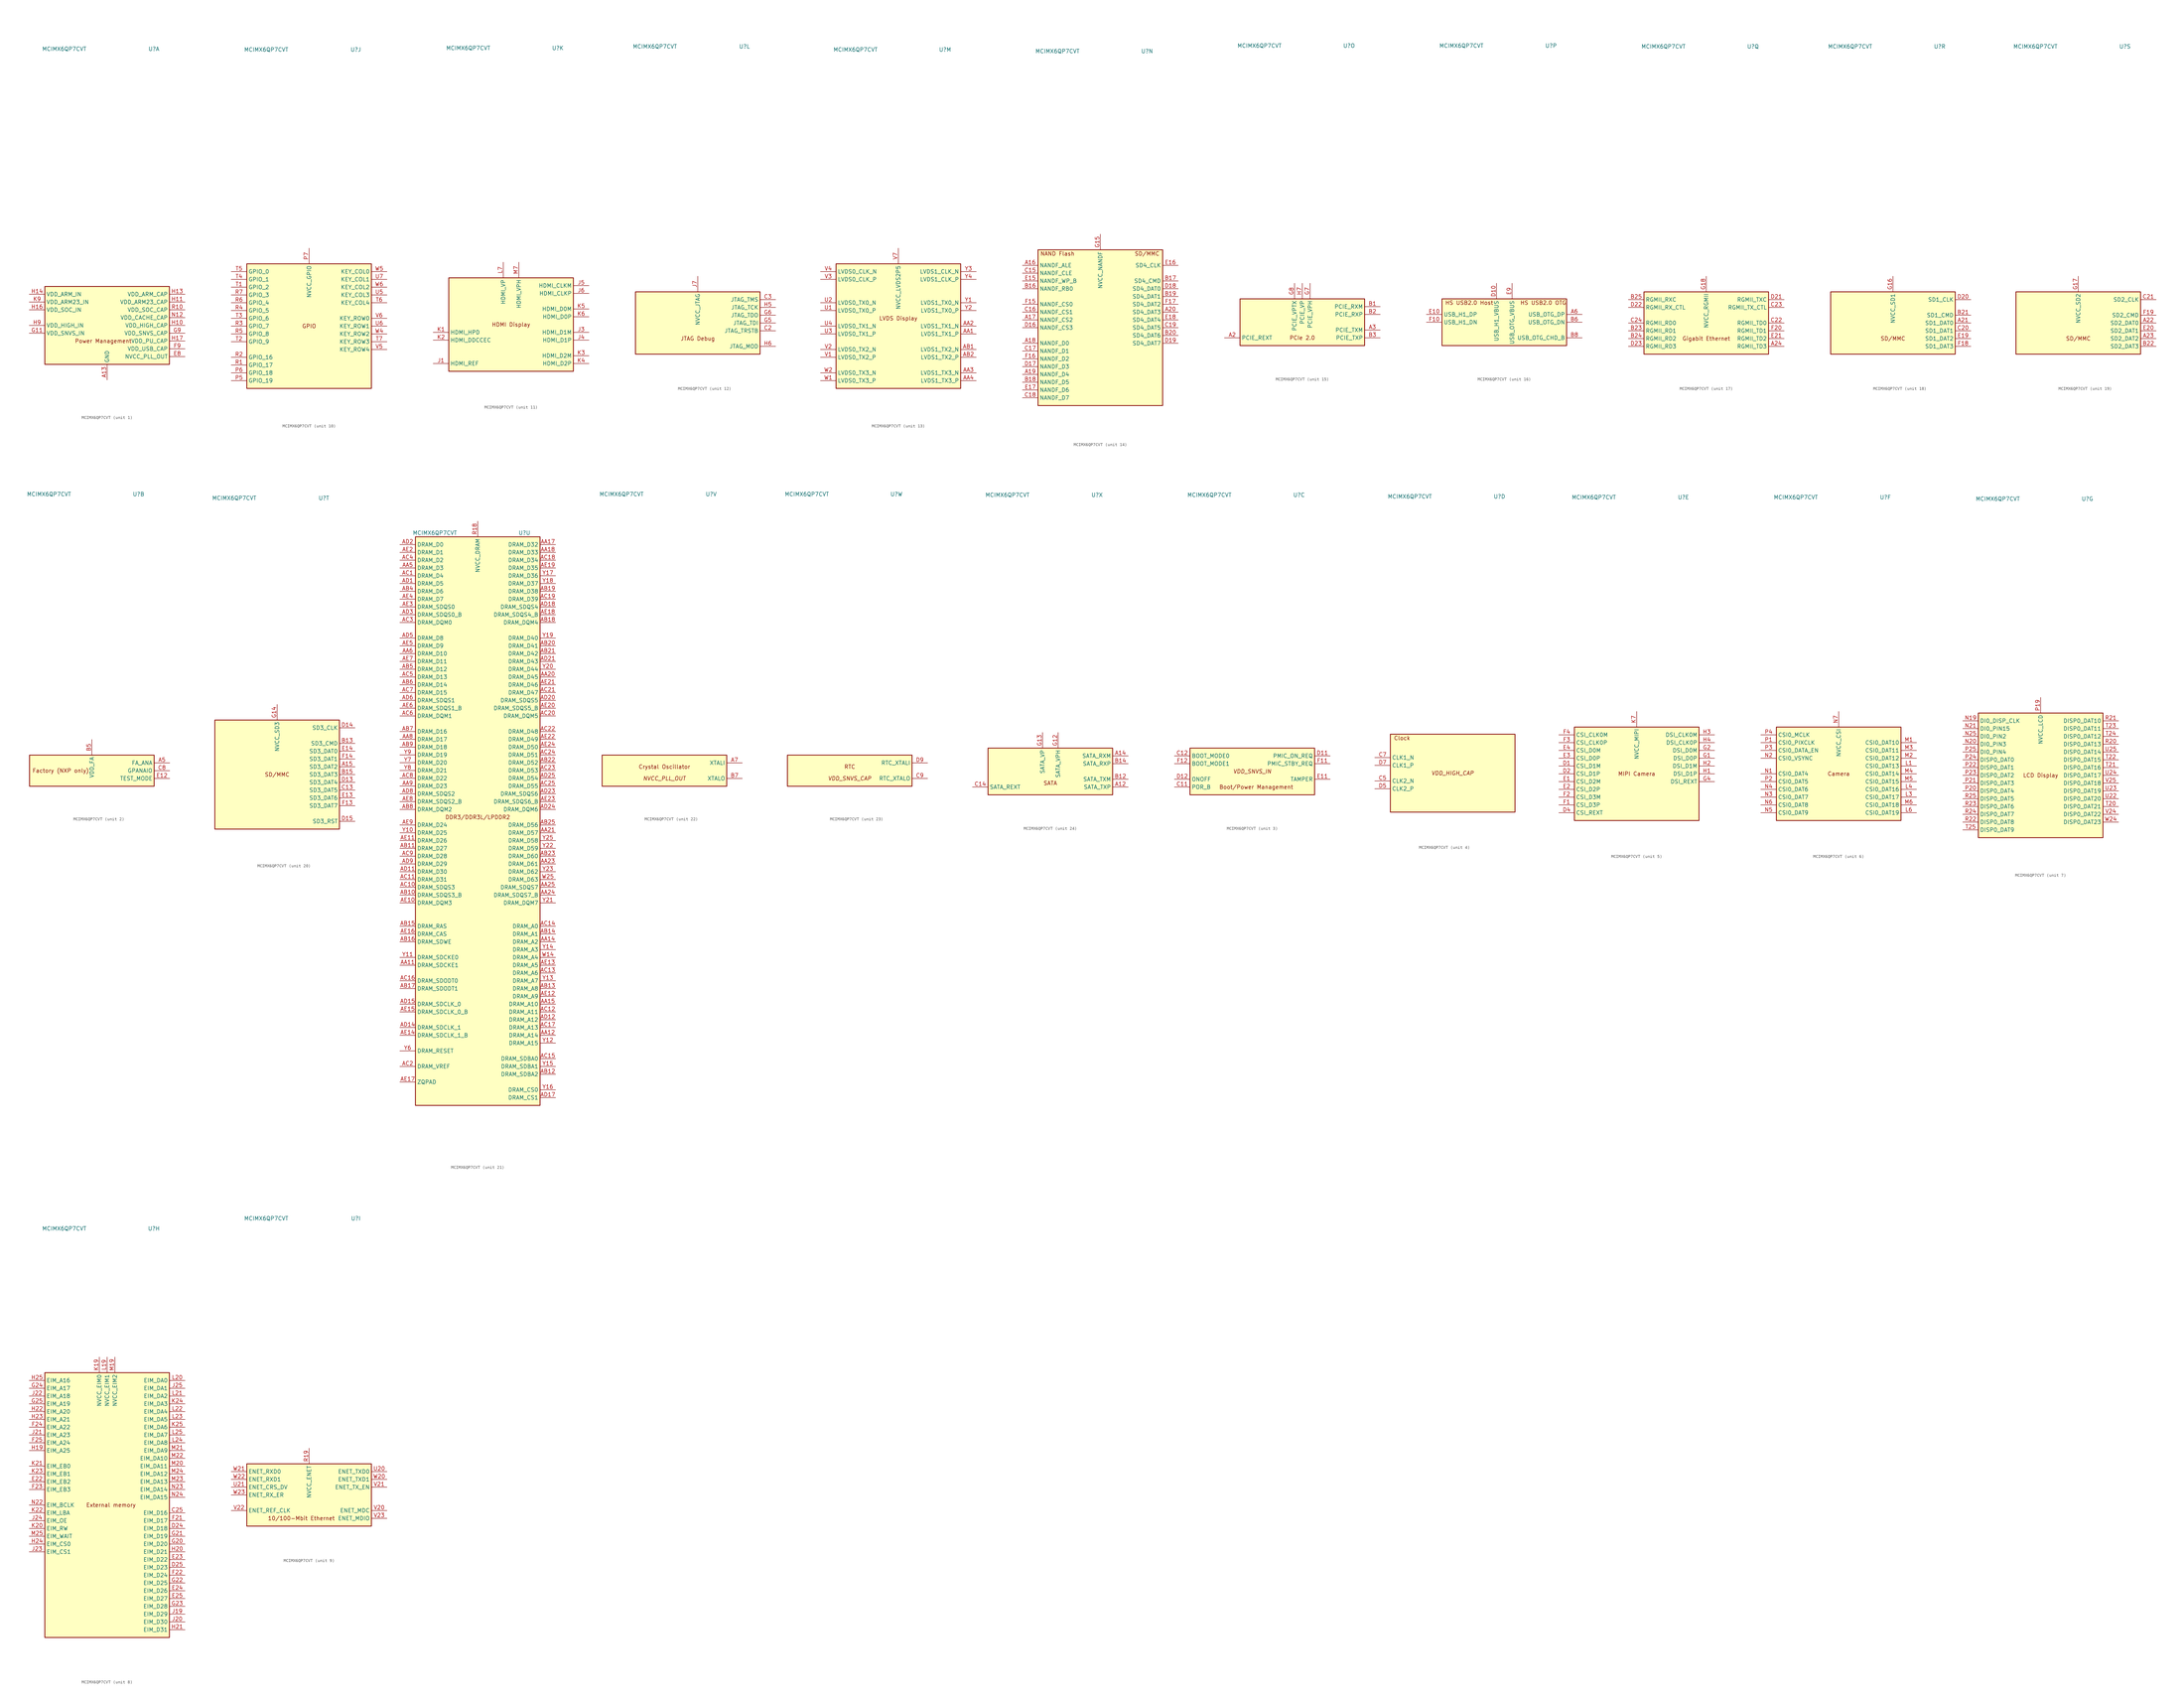
<source format=kicad_sym>
(kicad_symbol_lib
  (version 20200908)
  (generator kicad_symbol_editor)
  (symbol "CPU_NXP_IMX:MCIMX6QP7CVT"
    (property "Reference" "U"
      (at 15.24 90.17 0)
      (effects (font (size 1.27 1.27))))
    (property "Value" "MCIMX6QP7CVT"
      (at -13.97 90.17 0)
      (effects (font (size 1.27 1.27))))
    (property "ki_locked" ""
      (at 0 0 0)
      (effects (font (size 1.27 1.27))))
    (symbol "MCIMX6QP7CVT_1_0"
      (text "Power Management" (at -1.27 -5.08 0) (effects (font (size 1.27 1.27)))))
    (symbol "MCIMX6QP7CVT_2_0"
      (text "Factory (NXP only)" (at -10.16 0 0) (effects (font (size 1.27 1.27)))))
    (symbol "MCIMX6QP7CVT_3_0"
      (text "Boot/Power Management" (at 1.27 -5.08 0) (effects (font (size 1.27 1.27)))))
    (symbol "MCIMX6QP7CVT_4_0"
      (text "Clock" (at -16.51 11.43 0) (effects (font (size 1.27 1.27)))))
    (symbol "MCIMX6QP7CVT_5_0"
      (text "MIPI Camera" (at 0 0 0) (effects (font (size 1.27 1.27)))))
    (symbol "MCIMX6QP7CVT_6_0"
      (text "Camera" (at 0 0 0) (effects (font (size 1.27 1.27)))))
    (symbol "MCIMX6QP7CVT_7_0"
      (text "LCD Display" (at 0 0 0) (effects (font (size 1.27 1.27)))))
    (symbol "MCIMX6QP7CVT_8_0"
      (text "External memory" (at 1.27 0 0) (effects (font (size 1.27 1.27)))))
    (symbol "MCIMX6QP7CVT_9_0"
      (text "10/100-Mbit Ethernet" (at -2.54 -7.62 0) (effects (font (size 1.27 1.27)))))
    (symbol "MCIMX6QP7CVT_10_0"
      (text "GPIO" (at 0 0 0) (effects (font (size 1.27 1.27)))))
    (symbol "MCIMX6QP7CVT_11_0"
      (text "HDMI Display" (at 0 0 0) (effects (font (size 1.27 1.27)))))
    (symbol "MCIMX6QP7CVT_12_0"
      (text "JTAG Debug" (at 0 -5.08 0) (effects (font (size 1.27 1.27)))))
    (symbol "MCIMX6QP7CVT_13_0"
      (text "LVDS Display" (at 0 2.54 0) (effects (font (size 1.27 1.27)))))
    (symbol "MCIMX6QP7CVT_14_0"
      (text "NAND Flash" (at -13.97 24.13 0) (effects (font (size 1.27 1.27))))
      (text "SD/MMC" (at 15.24 24.13 0) (effects (font (size 1.27 1.27)))))
    (symbol "MCIMX6QP7CVT_15_0"
      (text "PCIe 2.0" (at 0 -5.08 0) (effects (font (size 1.27 1.27)))))
    (symbol "MCIMX6QP7CVT_16_0"
      (text "HS USB2.0 Host" (at -11.43 6.35 0) (effects (font (size 1.27 1.27))))
      (text "HS USB2.0 OTG" (at 12.7 6.35 0) (effects (font (size 1.27 1.27)))))
    (symbol "MCIMX6QP7CVT_17_0"
      (text "Gigabit Ethernet" (at 0 -5.08 0) (effects (font (size 1.27 1.27)))))
    (symbol "MCIMX6QP7CVT_18_0"
      (text "SD/MMC" (at 0 -5.08 0) (effects (font (size 1.27 1.27)))))
    (symbol "MCIMX6QP7CVT_19_0"
      (text "SD/MMC" (at 0 -5.08 0) (effects (font (size 1.27 1.27)))))
    (symbol "MCIMX6QP7CVT_20_0"
      (text "SD/MMC" (at 0 0 0) (effects (font (size 1.27 1.27)))))
    (symbol "MCIMX6QP7CVT_21_0"
      (text "DDR3/DDR3L/LPDDR2" (at 0 -2.54 0) (effects (font (size 1.27 1.27)))))
    (symbol "MCIMX6QP7CVT_22_0"
      (text "Crystal Oscillator" (at 0 1.27 0) (effects (font (size 1.27 1.27)))))
    (symbol "MCIMX6QP7CVT_23_0"
      (text "RTC" (at 0 1.27 0) (effects (font (size 1.27 1.27)))))
    (symbol "MCIMX6QP7CVT_24_0"
      (text "SATA" (at 0 -3.81 0) (effects (font (size 1.27 1.27)))))
    (symbol "MCIMX6QP7CVT_3_1"
      (text "VDD_SNVS_IN" (at 0 0 0) (effects (font (size 1.27 1.27) italic)))
      (rectangle (start -20.32 7.62) (end 20.32 -7.62) (stroke (width 0.254)) (fill (type background)))
      (pin input line (at -25.4 -5.08 0) (length 5.08) (name "POR_B" (effects (font (size 1.27 1.27)))) (number "C11" (effects (font (size 1.27 1.27)))))
      (pin input line (at -25.4 5.08 0) (length 5.08) (name "BOOT_MODE0" (effects (font (size 1.27 1.27)))) (number "C12" (effects (font (size 1.27 1.27)))))
      (pin output line (at 25.4 5.08 180) (length 5.08) (name "PMIC_ON_REQ" (effects (font (size 1.27 1.27)))) (number "D11" (effects (font (size 1.27 1.27)))))
      (pin input line (at -25.4 -2.54 0) (length 5.08) (name "ONOFF" (effects (font (size 1.27 1.27)))) (number "D12" (effects (font (size 1.27 1.27)))))
      (pin input line (at 25.4 -2.54 180) (length 5.08) (name "TAMPER" (effects (font (size 1.27 1.27)))) (number "E11" (effects (font (size 1.27 1.27)))))
      (pin output line (at 25.4 2.54 180) (length 5.08) (name "PMIC_STBY_REQ" (effects (font (size 1.27 1.27)))) (number "F11" (effects (font (size 1.27 1.27)))))
      (pin input line (at -25.4 2.54 0) (length 5.08) (name "BOOT_MODE1" (effects (font (size 1.27 1.27)))) (number "F12" (effects (font (size 1.27 1.27))))))
    (symbol "MCIMX6QP7CVT_4_1"
      (text "VDD_HIGH_CAP" (at 0 0 0) (effects (font (size 1.27 1.27) italic)))
      (rectangle (start -20.32 12.7) (end 20.32 -12.7) (stroke (width 0.254)) (fill (type background)))
      (pin unconnected line (at 17.78 -2.54 180) (length 5.08) hide (name "NC" (effects (font (size 1.27 1.27)))) (number "A10" (effects (font (size 1.27 1.27)))))
      (pin unconnected line (at 17.78 7.62 180) (length 5.08) hide (name "NC" (effects (font (size 1.27 1.27)))) (number "A11" (effects (font (size 1.27 1.27)))))
      (pin unconnected line (at 17.78 -7.62 180) (length 5.08) hide (name "NC" (effects (font (size 1.27 1.27)))) (number "A9" (effects (font (size 1.27 1.27)))))
      (pin unconnected line (at 17.78 0 180) (length 5.08) hide (name "NC" (effects (font (size 1.27 1.27)))) (number "B10" (effects (font (size 1.27 1.27)))))
      (pin unconnected line (at 17.78 5.08 180) (length 5.08) hide (name "NC" (effects (font (size 1.27 1.27)))) (number "B11" (effects (font (size 1.27 1.27)))))
      (pin unconnected line (at 17.78 -10.16 180) (length 5.08) hide (name "NC" (effects (font (size 1.27 1.27)))) (number "B9" (effects (font (size 1.27 1.27)))))
      (pin bidirectional line (at -25.4 -2.54 0) (length 5.08) (name "CLK2_N" (effects (font (size 1.27 1.27)))) (number "C5" (effects (font (size 1.27 1.27)))))
      (pin bidirectional line (at -25.4 5.08 0) (length 5.08) (name "CLK1_N" (effects (font (size 1.27 1.27)))) (number "C7" (effects (font (size 1.27 1.27)))))
      (pin bidirectional line (at -25.4 -5.08 0) (length 5.08) (name "CLK2_P" (effects (font (size 1.27 1.27)))) (number "D5" (effects (font (size 1.27 1.27)))))
      (pin bidirectional line (at -25.4 2.54 0) (length 5.08) (name "CLK1_P" (effects (font (size 1.27 1.27)))) (number "D7" (effects (font (size 1.27 1.27))))))
    (symbol "MCIMX6QP7CVT_22_1"
      (text "NVCC_PLL_OUT" (at 0 -2.54 0) (effects (font (size 1.27 1.27) italic)))
      (rectangle (start -20.32 5.08) (end 20.32 -5.08) (stroke (width 0.254)) (fill (type background)))
      (pin input line (at 25.4 2.54 180) (length 5.08) (name "XTALI" (effects (font (size 1.27 1.27)))) (number "A7" (effects (font (size 1.27 1.27)))))
      (pin output line (at 25.4 -2.54 180) (length 5.08) (name "XTALO" (effects (font (size 1.27 1.27)))) (number "B7" (effects (font (size 1.27 1.27))))))
    (symbol "MCIMX6QP7CVT_23_1"
      (text "VDD_SNVS_CAP" (at 0 -2.54 0) (effects (font (size 1.27 1.27) italic)))
      (rectangle (start -20.32 5.08) (end 20.32 -5.08) (stroke (width 0.254)) (fill (type background)))
      (pin output line (at 25.4 -2.54 180) (length 5.08) (name "RTC_XTALO" (effects (font (size 1.27 1.27)))) (number "C9" (effects (font (size 1.27 1.27)))))
      (pin input line (at 25.4 2.54 180) (length 5.08) (name "RTC_XTALI" (effects (font (size 1.27 1.27)))) (number "D9" (effects (font (size 1.27 1.27))))))
    (symbol "MCIMX6QP7CVT_1_1"
      (rectangle (start -20.32 12.7) (end 20.32 -12.7) (stroke (width 0.254)) (fill (type background)))
      (pin power_in line (at 0 -17.78 90) (length 5.08) (name "GND" (effects (font (size 1.27 1.27)))) (number "A13" (effects (font (size 1.27 1.27)))))
      (pin passive line (at 0 -17.78 90) (length 5.08) hide (name "GND" (effects (font (size 1.27 1.27)))) (number "A25" (effects (font (size 1.27 1.27)))))
      (pin passive line (at 0 -17.78 90) (length 5.08) hide (name "GND" (effects (font (size 1.27 1.27)))) (number "A4" (effects (font (size 1.27 1.27)))))
      (pin passive line (at 0 -17.78 90) (length 5.08) hide (name "GND" (effects (font (size 1.27 1.27)))) (number "A8" (effects (font (size 1.27 1.27)))))
      (pin passive line (at 0 -17.78 90) (length 5.08) hide (name "GND" (effects (font (size 1.27 1.27)))) (number "AA10" (effects (font (size 1.27 1.27)))))
      (pin passive line (at 0 -17.78 90) (length 5.08) hide (name "GND" (effects (font (size 1.27 1.27)))) (number "AA13" (effects (font (size 1.27 1.27)))))
      (pin passive line (at 0 -17.78 90) (length 5.08) hide (name "GND" (effects (font (size 1.27 1.27)))) (number "AA16" (effects (font (size 1.27 1.27)))))
      (pin passive line (at 0 -17.78 90) (length 5.08) hide (name "GND" (effects (font (size 1.27 1.27)))) (number "AA19" (effects (font (size 1.27 1.27)))))
      (pin passive line (at 0 -17.78 90) (length 5.08) hide (name "GND" (effects (font (size 1.27 1.27)))) (number "AA22" (effects (font (size 1.27 1.27)))))
      (pin passive line (at 0 -17.78 90) (length 5.08) hide (name "GND" (effects (font (size 1.27 1.27)))) (number "AA7" (effects (font (size 1.27 1.27)))))
      (pin passive line (at 0 -17.78 90) (length 5.08) hide (name "GND" (effects (font (size 1.27 1.27)))) (number "AB24" (effects (font (size 1.27 1.27)))))
      (pin passive line (at 0 -17.78 90) (length 5.08) hide (name "GND" (effects (font (size 1.27 1.27)))) (number "AB3" (effects (font (size 1.27 1.27)))))
      (pin passive line (at 0 -17.78 90) (length 5.08) hide (name "GND" (effects (font (size 1.27 1.27)))) (number "AD10" (effects (font (size 1.27 1.27)))))
      (pin passive line (at 0 -17.78 90) (length 5.08) hide (name "GND" (effects (font (size 1.27 1.27)))) (number "AD13" (effects (font (size 1.27 1.27)))))
      (pin passive line (at 0 -17.78 90) (length 5.08) hide (name "GND" (effects (font (size 1.27 1.27)))) (number "AD16" (effects (font (size 1.27 1.27)))))
      (pin passive line (at 0 -17.78 90) (length 5.08) hide (name "GND" (effects (font (size 1.27 1.27)))) (number "AD19" (effects (font (size 1.27 1.27)))))
      (pin passive line (at 0 -17.78 90) (length 5.08) hide (name "GND" (effects (font (size 1.27 1.27)))) (number "AD22" (effects (font (size 1.27 1.27)))))
      (pin passive line (at 0 -17.78 90) (length 5.08) hide (name "GND" (effects (font (size 1.27 1.27)))) (number "AD4" (effects (font (size 1.27 1.27)))))
      (pin passive line (at 0 -17.78 90) (length 5.08) hide (name "GND" (effects (font (size 1.27 1.27)))) (number "AD7" (effects (font (size 1.27 1.27)))))
      (pin passive line (at 0 -17.78 90) (length 5.08) hide (name "GND" (effects (font (size 1.27 1.27)))) (number "AE1" (effects (font (size 1.27 1.27)))))
      (pin passive line (at 0 -17.78 90) (length 5.08) hide (name "GND" (effects (font (size 1.27 1.27)))) (number "AE25" (effects (font (size 1.27 1.27)))))
      (pin passive line (at 0 -17.78 90) (length 5.08) hide (name "GND" (effects (font (size 1.27 1.27)))) (number "B4" (effects (font (size 1.27 1.27)))))
      (pin passive line (at 0 -17.78 90) (length 5.08) hide (name "GND" (effects (font (size 1.27 1.27)))) (number "C1" (effects (font (size 1.27 1.27)))))
      (pin passive line (at 0 -17.78 90) (length 5.08) hide (name "GND" (effects (font (size 1.27 1.27)))) (number "C10" (effects (font (size 1.27 1.27)))))
      (pin passive line (at 0 -17.78 90) (length 5.08) hide (name "GND" (effects (font (size 1.27 1.27)))) (number "C4" (effects (font (size 1.27 1.27)))))
      (pin passive line (at 0 -17.78 90) (length 5.08) hide (name "GND" (effects (font (size 1.27 1.27)))) (number "C6" (effects (font (size 1.27 1.27)))))
      (pin passive line (at 0 -17.78 90) (length 5.08) hide (name "GND" (effects (font (size 1.27 1.27)))) (number "D3" (effects (font (size 1.27 1.27)))))
      (pin passive line (at 0 -17.78 90) (length 5.08) hide (name "GND" (effects (font (size 1.27 1.27)))) (number "D6" (effects (font (size 1.27 1.27)))))
      (pin passive line (at 0 -17.78 90) (length 5.08) hide (name "GND" (effects (font (size 1.27 1.27)))) (number "D8" (effects (font (size 1.27 1.27)))))
      (pin passive line (at 0 -17.78 90) (length 5.08) hide (name "GND" (effects (font (size 1.27 1.27)))) (number "E5" (effects (font (size 1.27 1.27)))))
      (pin passive line (at 0 -17.78 90) (length 5.08) hide (name "GND" (effects (font (size 1.27 1.27)))) (number "E6" (effects (font (size 1.27 1.27)))))
      (pin passive line (at 0 -17.78 90) (length 5.08) hide (name "GND" (effects (font (size 1.27 1.27)))) (number "E7" (effects (font (size 1.27 1.27)))))
      (pin power_out line (at 25.4 -10.16 180) (length 5.08) (name "NVCC_PLL_OUT" (effects (font (size 1.27 1.27)))) (number "E8" (effects (font (size 1.27 1.27)))))
      (pin passive line (at 0 -17.78 90) (length 5.08) hide (name "GND" (effects (font (size 1.27 1.27)))) (number "F5" (effects (font (size 1.27 1.27)))))
      (pin passive line (at 0 -17.78 90) (length 5.08) hide (name "GND" (effects (font (size 1.27 1.27)))) (number "F6" (effects (font (size 1.27 1.27)))))
      (pin passive line (at 0 -17.78 90) (length 5.08) hide (name "GND" (effects (font (size 1.27 1.27)))) (number "F7" (effects (font (size 1.27 1.27)))))
      (pin passive line (at 0 -17.78 90) (length 5.08) hide (name "GND" (effects (font (size 1.27 1.27)))) (number "F8" (effects (font (size 1.27 1.27)))))
      (pin power_out line (at 25.4 -7.62 180) (length 5.08) (name "VDD_USB_CAP" (effects (font (size 1.27 1.27)))) (number "F9" (effects (font (size 1.27 1.27)))))
      (pin passive line (at 0 -17.78 90) (length 5.08) hide (name "GND" (effects (font (size 1.27 1.27)))) (number "G10" (effects (font (size 1.27 1.27)))))
      (pin power_in line (at -25.4 -2.54 0) (length 5.08) (name "VDD_SNVS_IN" (effects (font (size 1.27 1.27)))) (number "G11" (effects (font (size 1.27 1.27)))))
      (pin passive line (at 0 -17.78 90) (length 5.08) hide (name "GND" (effects (font (size 1.27 1.27)))) (number "G19" (effects (font (size 1.27 1.27)))))
      (pin passive line (at 0 -17.78 90) (length 5.08) hide (name "GND" (effects (font (size 1.27 1.27)))) (number "G3" (effects (font (size 1.27 1.27)))))
      (pin power_out line (at 25.4 -2.54 180) (length 5.08) (name "VDD_SNVS_CAP" (effects (font (size 1.27 1.27)))) (number "G9" (effects (font (size 1.27 1.27)))))
      (pin power_out line (at 25.4 0 180) (length 5.08) (name "VDD_HIGH_CAP" (effects (font (size 1.27 1.27)))) (number "H10" (effects (font (size 1.27 1.27)))))
      (pin power_out line (at 25.4 7.62 180) (length 5.08) (name "VDD_ARM23_CAP" (effects (font (size 1.27 1.27)))) (number "H11" (effects (font (size 1.27 1.27)))))
      (pin passive line (at 0 -17.78 90) (length 5.08) hide (name "GND" (effects (font (size 1.27 1.27)))) (number "H12" (effects (font (size 1.27 1.27)))))
      (pin power_out line (at 25.4 10.16 180) (length 5.08) (name "VDD_ARM_CAP" (effects (font (size 1.27 1.27)))) (number "H13" (effects (font (size 1.27 1.27)))))
      (pin power_in line (at -25.4 10.16 0) (length 5.08) (name "VDD_ARM_IN" (effects (font (size 1.27 1.27)))) (number "H14" (effects (font (size 1.27 1.27)))))
      (pin passive line (at 0 -17.78 90) (length 5.08) hide (name "GND" (effects (font (size 1.27 1.27)))) (number "H15" (effects (font (size 1.27 1.27)))))
      (pin power_in line (at -25.4 5.08 0) (length 5.08) (name "VDD_SOC_IN" (effects (font (size 1.27 1.27)))) (number "H16" (effects (font (size 1.27 1.27)))))
      (pin power_out line (at 25.4 -5.08 180) (length 5.08) (name "VDD_PU_CAP" (effects (font (size 1.27 1.27)))) (number "H17" (effects (font (size 1.27 1.27)))))
      (pin passive line (at 0 -17.78 90) (length 5.08) hide (name "GND" (effects (font (size 1.27 1.27)))) (number "H18" (effects (font (size 1.27 1.27)))))
      (pin passive line (at 0 -17.78 90) (length 5.08) hide (name "GND" (effects (font (size 1.27 1.27)))) (number "H8" (effects (font (size 1.27 1.27)))))
      (pin power_in line (at -25.4 0 0) (length 5.08) (name "VDD_HIGH_IN" (effects (font (size 1.27 1.27)))) (number "H9" (effects (font (size 1.27 1.27)))))
      (pin passive line (at 25.4 0 180) (length 5.08) hide (name "VDD_HIGH_CAP" (effects (font (size 1.27 1.27)))) (number "J10" (effects (font (size 1.27 1.27)))))
      (pin passive line (at 25.4 7.62 180) (length 5.08) hide (name "VDD_ARM23_CAP" (effects (font (size 1.27 1.27)))) (number "J11" (effects (font (size 1.27 1.27)))))
      (pin passive line (at 0 -17.78 90) (length 5.08) hide (name "GND" (effects (font (size 1.27 1.27)))) (number "J12" (effects (font (size 1.27 1.27)))))
      (pin passive line (at 25.4 10.16 180) (length 5.08) hide (name "VDD_ARM_CAP" (effects (font (size 1.27 1.27)))) (number "J13" (effects (font (size 1.27 1.27)))))
      (pin passive line (at -25.4 10.16 0) (length 5.08) hide (name "VDD_ARM_IN" (effects (font (size 1.27 1.27)))) (number "J14" (effects (font (size 1.27 1.27)))))
      (pin passive line (at 0 -17.78 90) (length 5.08) hide (name "GND" (effects (font (size 1.27 1.27)))) (number "J15" (effects (font (size 1.27 1.27)))))
      (pin passive line (at -25.4 5.08 0) (length 5.08) hide (name "VDD_SOC_IN" (effects (font (size 1.27 1.27)))) (number "J16" (effects (font (size 1.27 1.27)))))
      (pin passive line (at 25.4 -5.08 180) (length 5.08) hide (name "VDD_PU_CAP" (effects (font (size 1.27 1.27)))) (number "J17" (effects (font (size 1.27 1.27)))))
      (pin passive line (at 0 -17.78 90) (length 5.08) hide (name "GND" (effects (font (size 1.27 1.27)))) (number "J18" (effects (font (size 1.27 1.27)))))
      (pin passive line (at 0 -17.78 90) (length 5.08) hide (name "GND" (effects (font (size 1.27 1.27)))) (number "J2" (effects (font (size 1.27 1.27)))))
      (pin passive line (at 0 -17.78 90) (length 5.08) hide (name "GND" (effects (font (size 1.27 1.27)))) (number "J8" (effects (font (size 1.27 1.27)))))
      (pin passive line (at -25.4 0 0) (length 5.08) hide (name "VDD_HIGH_IN" (effects (font (size 1.27 1.27)))) (number "J9" (effects (font (size 1.27 1.27)))))
      (pin passive line (at 0 -17.78 90) (length 5.08) hide (name "GND" (effects (font (size 1.27 1.27)))) (number "K10" (effects (font (size 1.27 1.27)))))
      (pin passive line (at 25.4 7.62 180) (length 5.08) hide (name "VDD_ARM23_CAP" (effects (font (size 1.27 1.27)))) (number "K11" (effects (font (size 1.27 1.27)))))
      (pin passive line (at 0 -17.78 90) (length 5.08) hide (name "GND" (effects (font (size 1.27 1.27)))) (number "K12" (effects (font (size 1.27 1.27)))))
      (pin passive line (at 25.4 10.16 180) (length 5.08) hide (name "VDD_ARM_CAP" (effects (font (size 1.27 1.27)))) (number "K13" (effects (font (size 1.27 1.27)))))
      (pin passive line (at -25.4 10.16 0) (length 5.08) hide (name "VDD_ARM_IN" (effects (font (size 1.27 1.27)))) (number "K14" (effects (font (size 1.27 1.27)))))
      (pin passive line (at 0 -17.78 90) (length 5.08) hide (name "GND" (effects (font (size 1.27 1.27)))) (number "K15" (effects (font (size 1.27 1.27)))))
      (pin passive line (at -25.4 5.08 0) (length 5.08) hide (name "VDD_SOC_IN" (effects (font (size 1.27 1.27)))) (number "K16" (effects (font (size 1.27 1.27)))))
      (pin passive line (at 25.4 -5.08 180) (length 5.08) hide (name "VDD_PU_CAP" (effects (font (size 1.27 1.27)))) (number "K17" (effects (font (size 1.27 1.27)))))
      (pin passive line (at 0 -17.78 90) (length 5.08) hide (name "GND" (effects (font (size 1.27 1.27)))) (number "K18" (effects (font (size 1.27 1.27)))))
      (pin passive line (at 0 -17.78 90) (length 5.08) hide (name "GND" (effects (font (size 1.27 1.27)))) (number "K8" (effects (font (size 1.27 1.27)))))
      (pin power_in line (at -25.4 7.62 0) (length 5.08) (name "VDD_ARM23_IN" (effects (font (size 1.27 1.27)))) (number "K9" (effects (font (size 1.27 1.27)))))
      (pin passive line (at 0 -17.78 90) (length 5.08) hide (name "GND" (effects (font (size 1.27 1.27)))) (number "L10" (effects (font (size 1.27 1.27)))))
      (pin passive line (at 25.4 7.62 180) (length 5.08) hide (name "VDD_ARM23_CAP" (effects (font (size 1.27 1.27)))) (number "L11" (effects (font (size 1.27 1.27)))))
      (pin passive line (at 0 -17.78 90) (length 5.08) hide (name "GND" (effects (font (size 1.27 1.27)))) (number "L12" (effects (font (size 1.27 1.27)))))
      (pin passive line (at 25.4 10.16 180) (length 5.08) hide (name "VDD_ARM_CAP" (effects (font (size 1.27 1.27)))) (number "L13" (effects (font (size 1.27 1.27)))))
      (pin passive line (at -25.4 10.16 0) (length 5.08) hide (name "VDD_ARM_IN" (effects (font (size 1.27 1.27)))) (number "L14" (effects (font (size 1.27 1.27)))))
      (pin passive line (at 0 -17.78 90) (length 5.08) hide (name "GND" (effects (font (size 1.27 1.27)))) (number "L15" (effects (font (size 1.27 1.27)))))
      (pin passive line (at -25.4 5.08 0) (length 5.08) hide (name "VDD_SOC_IN" (effects (font (size 1.27 1.27)))) (number "L16" (effects (font (size 1.27 1.27)))))
      (pin passive line (at 25.4 -5.08 180) (length 5.08) hide (name "VDD_PU_CAP" (effects (font (size 1.27 1.27)))) (number "L17" (effects (font (size 1.27 1.27)))))
      (pin passive line (at 0 -17.78 90) (length 5.08) hide (name "GND" (effects (font (size 1.27 1.27)))) (number "L18" (effects (font (size 1.27 1.27)))))
      (pin passive line (at 0 -17.78 90) (length 5.08) hide (name "GND" (effects (font (size 1.27 1.27)))) (number "L2" (effects (font (size 1.27 1.27)))))
      (pin passive line (at 0 -17.78 90) (length 5.08) hide (name "GND" (effects (font (size 1.27 1.27)))) (number "L5" (effects (font (size 1.27 1.27)))))
      (pin passive line (at 0 -17.78 90) (length 5.08) hide (name "GND" (effects (font (size 1.27 1.27)))) (number "L8" (effects (font (size 1.27 1.27)))))
      (pin passive line (at -25.4 7.62 0) (length 5.08) hide (name "VDD_ARM23_IN" (effects (font (size 1.27 1.27)))) (number "L9" (effects (font (size 1.27 1.27)))))
      (pin passive line (at 0 -17.78 90) (length 5.08) hide (name "GND" (effects (font (size 1.27 1.27)))) (number "M10" (effects (font (size 1.27 1.27)))))
      (pin passive line (at 25.4 7.62 180) (length 5.08) hide (name "VDD_ARM23_CAP" (effects (font (size 1.27 1.27)))) (number "M11" (effects (font (size 1.27 1.27)))))
      (pin passive line (at 0 -17.78 90) (length 5.08) hide (name "GND" (effects (font (size 1.27 1.27)))) (number "M12" (effects (font (size 1.27 1.27)))))
      (pin passive line (at 25.4 10.16 180) (length 5.08) hide (name "VDD_ARM_CAP" (effects (font (size 1.27 1.27)))) (number "M13" (effects (font (size 1.27 1.27)))))
      (pin passive line (at -25.4 10.16 0) (length 5.08) hide (name "VDD_ARM_IN" (effects (font (size 1.27 1.27)))) (number "M14" (effects (font (size 1.27 1.27)))))
      (pin passive line (at 0 -17.78 90) (length 5.08) hide (name "GND" (effects (font (size 1.27 1.27)))) (number "M15" (effects (font (size 1.27 1.27)))))
      (pin passive line (at -25.4 5.08 0) (length 5.08) hide (name "VDD_SOC_IN" (effects (font (size 1.27 1.27)))) (number "M16" (effects (font (size 1.27 1.27)))))
      (pin passive line (at 25.4 -5.08 180) (length 5.08) hide (name "VDD_PU_CAP" (effects (font (size 1.27 1.27)))) (number "M17" (effects (font (size 1.27 1.27)))))
      (pin passive line (at 0 -17.78 90) (length 5.08) hide (name "GND" (effects (font (size 1.27 1.27)))) (number "M18" (effects (font (size 1.27 1.27)))))
      (pin passive line (at 0 -17.78 90) (length 5.08) hide (name "GND" (effects (font (size 1.27 1.27)))) (number "M8" (effects (font (size 1.27 1.27)))))
      (pin passive line (at -25.4 7.62 0) (length 5.08) hide (name "VDD_ARM23_IN" (effects (font (size 1.27 1.27)))) (number "M9" (effects (font (size 1.27 1.27)))))
      (pin passive line (at 0 -17.78 90) (length 5.08) hide (name "GND" (effects (font (size 1.27 1.27)))) (number "N10" (effects (font (size 1.27 1.27)))))
      (pin passive line (at 25.4 7.62 180) (length 5.08) hide (name "VDD_ARM23_CAP" (effects (font (size 1.27 1.27)))) (number "N11" (effects (font (size 1.27 1.27)))))
      (pin power_in line (at 25.4 2.54 180) (length 5.08) (name "VDD_CACHE_CAP" (effects (font (size 1.27 1.27)))) (number "N12" (effects (font (size 1.27 1.27)))))
      (pin passive line (at 25.4 10.16 180) (length 5.08) hide (name "VDD_ARM_CAP" (effects (font (size 1.27 1.27)))) (number "N13" (effects (font (size 1.27 1.27)))))
      (pin passive line (at -25.4 10.16 0) (length 5.08) hide (name "VDD_ARM_IN" (effects (font (size 1.27 1.27)))) (number "N14" (effects (font (size 1.27 1.27)))))
      (pin passive line (at 0 -17.78 90) (length 5.08) hide (name "GND" (effects (font (size 1.27 1.27)))) (number "N15" (effects (font (size 1.27 1.27)))))
      (pin passive line (at -25.4 5.08 0) (length 5.08) hide (name "VDD_SOC_IN" (effects (font (size 1.27 1.27)))) (number "N16" (effects (font (size 1.27 1.27)))))
      (pin passive line (at 25.4 -5.08 180) (length 5.08) hide (name "VDD_PU_CAP" (effects (font (size 1.27 1.27)))) (number "N17" (effects (font (size 1.27 1.27)))))
      (pin passive line (at 0 -17.78 90) (length 5.08) hide (name "GND" (effects (font (size 1.27 1.27)))) (number "N18" (effects (font (size 1.27 1.27)))))
      (pin passive line (at 0 -17.78 90) (length 5.08) hide (name "GND" (effects (font (size 1.27 1.27)))) (number "N8" (effects (font (size 1.27 1.27)))))
      (pin passive line (at -25.4 7.62 0) (length 5.08) hide (name "VDD_ARM23_IN" (effects (font (size 1.27 1.27)))) (number "N9" (effects (font (size 1.27 1.27)))))
      (pin passive line (at 0 -17.78 90) (length 5.08) hide (name "GND" (effects (font (size 1.27 1.27)))) (number "P10" (effects (font (size 1.27 1.27)))))
      (pin passive line (at 25.4 7.62 180) (length 5.08) hide (name "VDD_ARM23_CAP" (effects (font (size 1.27 1.27)))) (number "P11" (effects (font (size 1.27 1.27)))))
      (pin passive line (at 0 -17.78 90) (length 5.08) hide (name "GND" (effects (font (size 1.27 1.27)))) (number "P12" (effects (font (size 1.27 1.27)))))
      (pin passive line (at 25.4 10.16 180) (length 5.08) hide (name "VDD_ARM_CAP" (effects (font (size 1.27 1.27)))) (number "P13" (effects (font (size 1.27 1.27)))))
      (pin passive line (at -25.4 10.16 0) (length 5.08) hide (name "VDD_ARM_IN" (effects (font (size 1.27 1.27)))) (number "P14" (effects (font (size 1.27 1.27)))))
      (pin passive line (at 0 -17.78 90) (length 5.08) hide (name "GND" (effects (font (size 1.27 1.27)))) (number "P15" (effects (font (size 1.27 1.27)))))
      (pin passive line (at -25.4 5.08 0) (length 5.08) hide (name "VDD_SOC_IN" (effects (font (size 1.27 1.27)))) (number "P16" (effects (font (size 1.27 1.27)))))
      (pin passive line (at 25.4 -5.08 180) (length 5.08) hide (name "VDD_PU_CAP" (effects (font (size 1.27 1.27)))) (number "P17" (effects (font (size 1.27 1.27)))))
      (pin passive line (at 0 -17.78 90) (length 5.08) hide (name "GND" (effects (font (size 1.27 1.27)))) (number "P18" (effects (font (size 1.27 1.27)))))
      (pin passive line (at 0 -17.78 90) (length 5.08) hide (name "GND" (effects (font (size 1.27 1.27)))) (number "P8" (effects (font (size 1.27 1.27)))))
      (pin passive line (at -25.4 7.62 0) (length 5.08) hide (name "VDD_ARM23_IN" (effects (font (size 1.27 1.27)))) (number "P9" (effects (font (size 1.27 1.27)))))
      (pin power_out line (at 25.4 5.08 180) (length 5.08) (name "VDD_SOC_CAP" (effects (font (size 1.27 1.27)))) (number "R10" (effects (font (size 1.27 1.27)))))
      (pin passive line (at 25.4 7.62 180) (length 5.08) hide (name "VDD_ARM23_CAP" (effects (font (size 1.27 1.27)))) (number "R11" (effects (font (size 1.27 1.27)))))
      (pin passive line (at 0 -17.78 90) (length 5.08) hide (name "GND" (effects (font (size 1.27 1.27)))) (number "R12" (effects (font (size 1.27 1.27)))))
      (pin passive line (at 25.4 10.16 180) (length 5.08) hide (name "VDD_ARM_CAP" (effects (font (size 1.27 1.27)))) (number "R13" (effects (font (size 1.27 1.27)))))
      (pin passive line (at -25.4 10.16 0) (length 5.08) hide (name "VDD_ARM_IN" (effects (font (size 1.27 1.27)))) (number "R14" (effects (font (size 1.27 1.27)))))
      (pin passive line (at 0 -17.78 90) (length 5.08) hide (name "GND" (effects (font (size 1.27 1.27)))) (number "R15" (effects (font (size 1.27 1.27)))))
      (pin passive line (at -25.4 5.08 0) (length 5.08) hide (name "VDD_SOC_IN" (effects (font (size 1.27 1.27)))) (number "R16" (effects (font (size 1.27 1.27)))))
      (pin passive line (at 0 -17.78 90) (length 5.08) hide (name "GND" (effects (font (size 1.27 1.27)))) (number "R17" (effects (font (size 1.27 1.27)))))
      (pin passive line (at 0 -17.78 90) (length 5.08) hide (name "GND" (effects (font (size 1.27 1.27)))) (number "R8" (effects (font (size 1.27 1.27)))))
      (pin passive line (at -25.4 7.62 0) (length 5.08) hide (name "VDD_ARM23_IN" (effects (font (size 1.27 1.27)))) (number "R9" (effects (font (size 1.27 1.27)))))
      (pin passive line (at 25.4 5.08 180) (length 5.08) hide (name "VDD_SOC_CAP" (effects (font (size 1.27 1.27)))) (number "T10" (effects (font (size 1.27 1.27)))))
      (pin passive line (at 0 -17.78 90) (length 5.08) hide (name "GND" (effects (font (size 1.27 1.27)))) (number "T11" (effects (font (size 1.27 1.27)))))
      (pin passive line (at 0 -17.78 90) (length 5.08) hide (name "GND" (effects (font (size 1.27 1.27)))) (number "T12" (effects (font (size 1.27 1.27)))))
      (pin passive line (at 25.4 5.08 180) (length 5.08) hide (name "VDD_SOC_CAP" (effects (font (size 1.27 1.27)))) (number "T13" (effects (font (size 1.27 1.27)))))
      (pin passive line (at 25.4 5.08 180) (length 5.08) hide (name "VDD_SOC_CAP" (effects (font (size 1.27 1.27)))) (number "T14" (effects (font (size 1.27 1.27)))))
      (pin passive line (at 0 -17.78 90) (length 5.08) hide (name "GND" (effects (font (size 1.27 1.27)))) (number "T15" (effects (font (size 1.27 1.27)))))
      (pin passive line (at -25.4 5.08 0) (length 5.08) hide (name "VDD_SOC_IN" (effects (font (size 1.27 1.27)))) (number "T16" (effects (font (size 1.27 1.27)))))
      (pin passive line (at 0 -17.78 90) (length 5.08) hide (name "GND" (effects (font (size 1.27 1.27)))) (number "T17" (effects (font (size 1.27 1.27)))))
      (pin passive line (at 0 -17.78 90) (length 5.08) hide (name "GND" (effects (font (size 1.27 1.27)))) (number "T19" (effects (font (size 1.27 1.27)))))
      (pin passive line (at 0 -17.78 90) (length 5.08) hide (name "GND" (effects (font (size 1.27 1.27)))) (number "T8" (effects (font (size 1.27 1.27)))))
      (pin passive line (at -25.4 7.62 0) (length 5.08) hide (name "VDD_ARM23_IN" (effects (font (size 1.27 1.27)))) (number "T9" (effects (font (size 1.27 1.27)))))
      (pin passive line (at 25.4 5.08 180) (length 5.08) hide (name "VDD_SOC_CAP" (effects (font (size 1.27 1.27)))) (number "U10" (effects (font (size 1.27 1.27)))))
      (pin passive line (at 0 -17.78 90) (length 5.08) hide (name "GND" (effects (font (size 1.27 1.27)))) (number "U11" (effects (font (size 1.27 1.27)))))
      (pin passive line (at 0 -17.78 90) (length 5.08) hide (name "GND" (effects (font (size 1.27 1.27)))) (number "U12" (effects (font (size 1.27 1.27)))))
      (pin passive line (at 25.4 5.08 180) (length 5.08) hide (name "VDD_SOC_CAP" (effects (font (size 1.27 1.27)))) (number "U13" (effects (font (size 1.27 1.27)))))
      (pin passive line (at 25.4 5.08 180) (length 5.08) hide (name "VDD_SOC_CAP" (effects (font (size 1.27 1.27)))) (number "U14" (effects (font (size 1.27 1.27)))))
      (pin passive line (at 0 -17.78 90) (length 5.08) hide (name "GND" (effects (font (size 1.27 1.27)))) (number "U15" (effects (font (size 1.27 1.27)))))
      (pin passive line (at -25.4 5.08 0) (length 5.08) hide (name "VDD_SOC_IN" (effects (font (size 1.27 1.27)))) (number "U16" (effects (font (size 1.27 1.27)))))
      (pin passive line (at 0 -17.78 90) (length 5.08) hide (name "GND" (effects (font (size 1.27 1.27)))) (number "U17" (effects (font (size 1.27 1.27)))))
      (pin passive line (at 0 -17.78 90) (length 5.08) hide (name "GND" (effects (font (size 1.27 1.27)))) (number "U19" (effects (font (size 1.27 1.27)))))
      (pin passive line (at 0 -17.78 90) (length 5.08) hide (name "GND" (effects (font (size 1.27 1.27)))) (number "U8" (effects (font (size 1.27 1.27)))))
      (pin passive line (at -25.4 7.62 0) (length 5.08) hide (name "VDD_ARM23_IN" (effects (font (size 1.27 1.27)))) (number "U9" (effects (font (size 1.27 1.27)))))
      (pin passive line (at 0 -17.78 90) (length 5.08) hide (name "GND" (effects (font (size 1.27 1.27)))) (number "V19" (effects (font (size 1.27 1.27)))))
      (pin passive line (at 0 -17.78 90) (length 5.08) hide (name "GND" (effects (font (size 1.27 1.27)))) (number "V8" (effects (font (size 1.27 1.27)))))
      (pin passive line (at 0 -17.78 90) (length 5.08) hide (name "GND" (effects (font (size 1.27 1.27)))) (number "W10" (effects (font (size 1.27 1.27)))))
      (pin passive line (at 0 -17.78 90) (length 5.08) hide (name "GND" (effects (font (size 1.27 1.27)))) (number "W11" (effects (font (size 1.27 1.27)))))
      (pin passive line (at 0 -17.78 90) (length 5.08) hide (name "GND" (effects (font (size 1.27 1.27)))) (number "W12" (effects (font (size 1.27 1.27)))))
      (pin passive line (at 0 -17.78 90) (length 5.08) hide (name "GND" (effects (font (size 1.27 1.27)))) (number "W13" (effects (font (size 1.27 1.27)))))
      (pin passive line (at 0 -17.78 90) (length 5.08) hide (name "GND" (effects (font (size 1.27 1.27)))) (number "W15" (effects (font (size 1.27 1.27)))))
      (pin passive line (at 0 -17.78 90) (length 5.08) hide (name "GND" (effects (font (size 1.27 1.27)))) (number "W16" (effects (font (size 1.27 1.27)))))
      (pin passive line (at 0 -17.78 90) (length 5.08) hide (name "GND" (effects (font (size 1.27 1.27)))) (number "W17" (effects (font (size 1.27 1.27)))))
      (pin passive line (at 0 -17.78 90) (length 5.08) hide (name "GND" (effects (font (size 1.27 1.27)))) (number "W18" (effects (font (size 1.27 1.27)))))
      (pin passive line (at 0 -17.78 90) (length 5.08) hide (name "GND" (effects (font (size 1.27 1.27)))) (number "W19" (effects (font (size 1.27 1.27)))))
      (pin passive line (at 0 -17.78 90) (length 5.08) hide (name "GND" (effects (font (size 1.27 1.27)))) (number "W3" (effects (font (size 1.27 1.27)))))
      (pin passive line (at 0 -17.78 90) (length 5.08) hide (name "GND" (effects (font (size 1.27 1.27)))) (number "W7" (effects (font (size 1.27 1.27)))))
      (pin passive line (at 0 -17.78 90) (length 5.08) hide (name "GND" (effects (font (size 1.27 1.27)))) (number "W8" (effects (font (size 1.27 1.27)))))
      (pin passive line (at 0 -17.78 90) (length 5.08) hide (name "GND" (effects (font (size 1.27 1.27)))) (number "W9" (effects (font (size 1.27 1.27)))))
      (pin passive line (at 0 -17.78 90) (length 5.08) hide (name "GND" (effects (font (size 1.27 1.27)))) (number "Y24" (effects (font (size 1.27 1.27)))))
      (pin passive line (at 0 -17.78 90) (length 5.08) hide (name "GND" (effects (font (size 1.27 1.27)))) (number "Y5" (effects (font (size 1.27 1.27))))))
    (symbol "MCIMX6QP7CVT_2_1"
      (rectangle (start -20.32 5.08) (end 20.32 -5.08) (stroke (width 0.254)) (fill (type background)))
      (pin passive line (at 25.4 2.54 180) (length 5.08) (name "FA_ANA" (effects (font (size 1.27 1.27)))) (number "A5" (effects (font (size 1.27 1.27)))))
      (pin passive line (at 0 10.16 270) (length 5.08) (name "VDD_FA" (effects (font (size 1.27 1.27)))) (number "B5" (effects (font (size 1.27 1.27)))))
      (pin passive line (at 25.4 0 180) (length 5.08) (name "GPANAIO" (effects (font (size 1.27 1.27)))) (number "C8" (effects (font (size 1.27 1.27)))))
      (pin passive line (at 25.4 -2.54 180) (length 5.08) (name "TEST_MODE" (effects (font (size 1.27 1.27)))) (number "E12" (effects (font (size 1.27 1.27))))))
    (symbol "MCIMX6QP7CVT_5_1"
      (rectangle (start -20.32 15.24) (end 20.32 -15.24) (stroke (width 0.254)) (fill (type background)))
      (pin input line (at -25.4 2.54 0) (length 5.08) (name "CSI_D1M" (effects (font (size 1.27 1.27)))) (number "D1" (effects (font (size 1.27 1.27)))))
      (pin input line (at -25.4 0 0) (length 5.08) (name "CSI_D1P" (effects (font (size 1.27 1.27)))) (number "D2" (effects (font (size 1.27 1.27)))))
      (pin passive line (at -25.4 -12.7 0) (length 5.08) (name "CSI_REXT" (effects (font (size 1.27 1.27)))) (number "D4" (effects (font (size 1.27 1.27)))))
      (pin input line (at -25.4 -2.54 0) (length 5.08) (name "CSI_D2M" (effects (font (size 1.27 1.27)))) (number "E1" (effects (font (size 1.27 1.27)))))
      (pin input line (at -25.4 -5.08 0) (length 5.08) (name "CSI_D2P" (effects (font (size 1.27 1.27)))) (number "E2" (effects (font (size 1.27 1.27)))))
      (pin input line (at -25.4 5.08 0) (length 5.08) (name "CSI_D0P" (effects (font (size 1.27 1.27)))) (number "E3" (effects (font (size 1.27 1.27)))))
      (pin input line (at -25.4 7.62 0) (length 5.08) (name "CSI_D0M" (effects (font (size 1.27 1.27)))) (number "E4" (effects (font (size 1.27 1.27)))))
      (pin input line (at -25.4 -10.16 0) (length 5.08) (name "CSI_D3P" (effects (font (size 1.27 1.27)))) (number "F1" (effects (font (size 1.27 1.27)))))
      (pin input line (at -25.4 -7.62 0) (length 5.08) (name "CSI_D3M" (effects (font (size 1.27 1.27)))) (number "F2" (effects (font (size 1.27 1.27)))))
      (pin input line (at -25.4 10.16 0) (length 5.08) (name "CSI_CLK0P" (effects (font (size 1.27 1.27)))) (number "F3" (effects (font (size 1.27 1.27)))))
      (pin input line (at -25.4 12.7 0) (length 5.08) (name "CSI_CLK0M" (effects (font (size 1.27 1.27)))) (number "F4" (effects (font (size 1.27 1.27)))))
      (pin output line (at 25.4 5.08 180) (length 5.08) (name "DSI_D0P" (effects (font (size 1.27 1.27)))) (number "G1" (effects (font (size 1.27 1.27)))))
      (pin output line (at 25.4 7.62 180) (length 5.08) (name "DSI_D0M" (effects (font (size 1.27 1.27)))) (number "G2" (effects (font (size 1.27 1.27)))))
      (pin passive line (at 25.4 -2.54 180) (length 5.08) (name "DSI_REXT" (effects (font (size 1.27 1.27)))) (number "G4" (effects (font (size 1.27 1.27)))))
      (pin output line (at 25.4 0 180) (length 5.08) (name "DSI_D1P" (effects (font (size 1.27 1.27)))) (number "H1" (effects (font (size 1.27 1.27)))))
      (pin output line (at 25.4 2.54 180) (length 5.08) (name "DSI_D1M" (effects (font (size 1.27 1.27)))) (number "H2" (effects (font (size 1.27 1.27)))))
      (pin output line (at 25.4 12.7 180) (length 5.08) (name "DSI_CLK0M" (effects (font (size 1.27 1.27)))) (number "H3" (effects (font (size 1.27 1.27)))))
      (pin output line (at 25.4 10.16 180) (length 5.08) (name "DSI_CLK0P" (effects (font (size 1.27 1.27)))) (number "H4" (effects (font (size 1.27 1.27)))))
      (pin power_in line (at 0 20.32 270) (length 5.08) (name "NVCC_MIPI" (effects (font (size 1.27 1.27)))) (number "K7" (effects (font (size 1.27 1.27))))))
    (symbol "MCIMX6QP7CVT_6_1"
      (rectangle (start -20.32 15.24) (end 20.32 -15.24) (stroke (width 0.254)) (fill (type background)))
      (pin bidirectional line (at 25.4 2.54 180) (length 5.08) (name "CSI0_DAT13" (effects (font (size 1.27 1.27)))) (number "L1" (effects (font (size 1.27 1.27)))))
      (pin bidirectional line (at 25.4 -7.62 180) (length 5.08) (name "CSI0_DAT17" (effects (font (size 1.27 1.27)))) (number "L3" (effects (font (size 1.27 1.27)))))
      (pin bidirectional line (at 25.4 -5.08 180) (length 5.08) (name "CSI0_DAT16" (effects (font (size 1.27 1.27)))) (number "L4" (effects (font (size 1.27 1.27)))))
      (pin bidirectional line (at 25.4 -12.7 180) (length 5.08) (name "CSI0_DAT19" (effects (font (size 1.27 1.27)))) (number "L6" (effects (font (size 1.27 1.27)))))
      (pin bidirectional line (at 25.4 10.16 180) (length 5.08) (name "CSI0_DAT10" (effects (font (size 1.27 1.27)))) (number "M1" (effects (font (size 1.27 1.27)))))
      (pin bidirectional line (at 25.4 5.08 180) (length 5.08) (name "CSI0_DAT12" (effects (font (size 1.27 1.27)))) (number "M2" (effects (font (size 1.27 1.27)))))
      (pin bidirectional line (at 25.4 7.62 180) (length 5.08) (name "CSI0_DAT11" (effects (font (size 1.27 1.27)))) (number "M3" (effects (font (size 1.27 1.27)))))
      (pin bidirectional line (at 25.4 0 180) (length 5.08) (name "CSI0_DAT14" (effects (font (size 1.27 1.27)))) (number "M4" (effects (font (size 1.27 1.27)))))
      (pin bidirectional line (at 25.4 -2.54 180) (length 5.08) (name "CSI0_DAT15" (effects (font (size 1.27 1.27)))) (number "M5" (effects (font (size 1.27 1.27)))))
      (pin bidirectional line (at 25.4 -10.16 180) (length 5.08) (name "CSI0_DAT18" (effects (font (size 1.27 1.27)))) (number "M6" (effects (font (size 1.27 1.27)))))
      (pin bidirectional line (at -25.4 0 0) (length 5.08) (name "CSI0_DAT4" (effects (font (size 1.27 1.27)))) (number "N1" (effects (font (size 1.27 1.27)))))
      (pin bidirectional line (at -25.4 5.08 0) (length 5.08) (name "CSI0_VSYNC" (effects (font (size 1.27 1.27)))) (number "N2" (effects (font (size 1.27 1.27)))))
      (pin bidirectional line (at -25.4 -7.62 0) (length 5.08) (name "CSI0_DAT7" (effects (font (size 1.27 1.27)))) (number "N3" (effects (font (size 1.27 1.27)))))
      (pin bidirectional line (at -25.4 -5.08 0) (length 5.08) (name "CSI0_DAT6" (effects (font (size 1.27 1.27)))) (number "N4" (effects (font (size 1.27 1.27)))))
      (pin bidirectional line (at -25.4 -12.7 0) (length 5.08) (name "CSI0_DAT9" (effects (font (size 1.27 1.27)))) (number "N5" (effects (font (size 1.27 1.27)))))
      (pin bidirectional line (at -25.4 -10.16 0) (length 5.08) (name "CSI0_DAT8" (effects (font (size 1.27 1.27)))) (number "N6" (effects (font (size 1.27 1.27)))))
      (pin power_in line (at 0 20.32 270) (length 5.08) (name "NVCC_CSI" (effects (font (size 1.27 1.27)))) (number "N7" (effects (font (size 1.27 1.27)))))
      (pin bidirectional line (at -25.4 10.16 0) (length 5.08) (name "CSI0_PIXCLK" (effects (font (size 1.27 1.27)))) (number "P1" (effects (font (size 1.27 1.27)))))
      (pin bidirectional line (at -25.4 -2.54 0) (length 5.08) (name "CSI0_DAT5" (effects (font (size 1.27 1.27)))) (number "P2" (effects (font (size 1.27 1.27)))))
      (pin bidirectional line (at -25.4 7.62 0) (length 5.08) (name "CSI0_DATA_EN" (effects (font (size 1.27 1.27)))) (number "P3" (effects (font (size 1.27 1.27)))))
      (pin bidirectional line (at -25.4 12.7 0) (length 5.08) (name "CSI0_MCLK" (effects (font (size 1.27 1.27)))) (number "P4" (effects (font (size 1.27 1.27))))))
    (symbol "MCIMX6QP7CVT_7_1"
      (rectangle (start -20.32 20.32) (end 20.32 -20.32) (stroke (width 0.254)) (fill (type background)))
      (pin bidirectional line (at -25.4 17.78 0) (length 5.08) (name "DI0_DISP_CLK" (effects (font (size 1.27 1.27)))) (number "N19" (effects (font (size 1.27 1.27)))))
      (pin bidirectional line (at -25.4 10.16 0) (length 5.08) (name "DI0_PIN3" (effects (font (size 1.27 1.27)))) (number "N20" (effects (font (size 1.27 1.27)))))
      (pin bidirectional line (at -25.4 15.24 0) (length 5.08) (name "DI0_PIN15" (effects (font (size 1.27 1.27)))) (number "N21" (effects (font (size 1.27 1.27)))))
      (pin bidirectional line (at -25.4 12.7 0) (length 5.08) (name "DI0_PIN2" (effects (font (size 1.27 1.27)))) (number "N25" (effects (font (size 1.27 1.27)))))
      (pin power_in line (at 0 25.4 270) (length 5.08) (name "NVCC_LCD" (effects (font (size 1.27 1.27)))) (number "P19" (effects (font (size 1.27 1.27)))))
      (pin bidirectional line (at -25.4 -5.08 0) (length 5.08) (name "DISP0_DAT4" (effects (font (size 1.27 1.27)))) (number "P20" (effects (font (size 1.27 1.27)))))
      (pin bidirectional line (at -25.4 -2.54 0) (length 5.08) (name "DISP0_DAT3" (effects (font (size 1.27 1.27)))) (number "P21" (effects (font (size 1.27 1.27)))))
      (pin bidirectional line (at -25.4 2.54 0) (length 5.08) (name "DISP0_DAT1" (effects (font (size 1.27 1.27)))) (number "P22" (effects (font (size 1.27 1.27)))))
      (pin bidirectional line (at -25.4 0 0) (length 5.08) (name "DISP0_DAT2" (effects (font (size 1.27 1.27)))) (number "P23" (effects (font (size 1.27 1.27)))))
      (pin bidirectional line (at -25.4 5.08 0) (length 5.08) (name "DISP0_DAT0" (effects (font (size 1.27 1.27)))) (number "P24" (effects (font (size 1.27 1.27)))))
      (pin bidirectional line (at -25.4 7.62 0) (length 5.08) (name "DI0_PIN4" (effects (font (size 1.27 1.27)))) (number "P25" (effects (font (size 1.27 1.27)))))
      (pin bidirectional line (at 25.4 10.16 180) (length 5.08) (name "DISP0_DAT13" (effects (font (size 1.27 1.27)))) (number "R20" (effects (font (size 1.27 1.27)))))
      (pin bidirectional line (at 25.4 17.78 180) (length 5.08) (name "DISP0_DAT10" (effects (font (size 1.27 1.27)))) (number "R21" (effects (font (size 1.27 1.27)))))
      (pin bidirectional line (at -25.4 -15.24 0) (length 5.08) (name "DISP0_DAT8" (effects (font (size 1.27 1.27)))) (number "R22" (effects (font (size 1.27 1.27)))))
      (pin bidirectional line (at -25.4 -10.16 0) (length 5.08) (name "DISP0_DAT6" (effects (font (size 1.27 1.27)))) (number "R23" (effects (font (size 1.27 1.27)))))
      (pin bidirectional line (at -25.4 -12.7 0) (length 5.08) (name "DISP0_DAT7" (effects (font (size 1.27 1.27)))) (number "R24" (effects (font (size 1.27 1.27)))))
      (pin bidirectional line (at -25.4 -7.62 0) (length 5.08) (name "DISP0_DAT5" (effects (font (size 1.27 1.27)))) (number "R25" (effects (font (size 1.27 1.27)))))
      (pin bidirectional line (at 25.4 -10.16 180) (length 5.08) (name "DISP0_DAT21" (effects (font (size 1.27 1.27)))) (number "T20" (effects (font (size 1.27 1.27)))))
      (pin bidirectional line (at 25.4 2.54 180) (length 5.08) (name "DISP0_DAT16" (effects (font (size 1.27 1.27)))) (number "T21" (effects (font (size 1.27 1.27)))))
      (pin bidirectional line (at 25.4 5.08 180) (length 5.08) (name "DISP0_DAT15" (effects (font (size 1.27 1.27)))) (number "T22" (effects (font (size 1.27 1.27)))))
      (pin bidirectional line (at 25.4 15.24 180) (length 5.08) (name "DISP0_DAT11" (effects (font (size 1.27 1.27)))) (number "T23" (effects (font (size 1.27 1.27)))))
      (pin bidirectional line (at 25.4 12.7 180) (length 5.08) (name "DISP0_DAT12" (effects (font (size 1.27 1.27)))) (number "T24" (effects (font (size 1.27 1.27)))))
      (pin bidirectional line (at -25.4 -17.78 0) (length 5.08) (name "DISP0_DAT9" (effects (font (size 1.27 1.27)))) (number "T25" (effects (font (size 1.27 1.27)))))
      (pin bidirectional line (at 25.4 -7.62 180) (length 5.08) (name "DISP0_DAT20" (effects (font (size 1.27 1.27)))) (number "U22" (effects (font (size 1.27 1.27)))))
      (pin bidirectional line (at 25.4 -5.08 180) (length 5.08) (name "DISP0_DAT19" (effects (font (size 1.27 1.27)))) (number "U23" (effects (font (size 1.27 1.27)))))
      (pin bidirectional line (at 25.4 0 180) (length 5.08) (name "DISP0_DAT17" (effects (font (size 1.27 1.27)))) (number "U24" (effects (font (size 1.27 1.27)))))
      (pin bidirectional line (at 25.4 7.62 180) (length 5.08) (name "DISP0_DAT14" (effects (font (size 1.27 1.27)))) (number "U25" (effects (font (size 1.27 1.27)))))
      (pin bidirectional line (at 25.4 -12.7 180) (length 5.08) (name "DISP0_DAT22" (effects (font (size 1.27 1.27)))) (number "V24" (effects (font (size 1.27 1.27)))))
      (pin bidirectional line (at 25.4 -2.54 180) (length 5.08) (name "DISP0_DAT18" (effects (font (size 1.27 1.27)))) (number "V25" (effects (font (size 1.27 1.27)))))
      (pin bidirectional line (at 25.4 -15.24 180) (length 5.08) (name "DISP0_DAT23" (effects (font (size 1.27 1.27)))) (number "W24" (effects (font (size 1.27 1.27))))))
    (symbol "MCIMX6QP7CVT_8_1"
      (rectangle (start -20.32 43.18) (end 20.32 -43.18) (stroke (width 0.254)) (fill (type background)))
      (pin bidirectional line (at 25.4 -2.54 180) (length 5.08) (name "EIM_D16" (effects (font (size 1.27 1.27)))) (number "C25" (effects (font (size 1.27 1.27)))))
      (pin bidirectional line (at 25.4 -7.62 180) (length 5.08) (name "EIM_D18" (effects (font (size 1.27 1.27)))) (number "D24" (effects (font (size 1.27 1.27)))))
      (pin bidirectional line (at 25.4 -20.32 180) (length 5.08) (name "EIM_D23" (effects (font (size 1.27 1.27)))) (number "D25" (effects (font (size 1.27 1.27)))))
      (pin bidirectional line (at -25.4 7.62 0) (length 5.08) (name "EIM_EB2" (effects (font (size 1.27 1.27)))) (number "E22" (effects (font (size 1.27 1.27)))))
      (pin bidirectional line (at 25.4 -17.78 180) (length 5.08) (name "EIM_D22" (effects (font (size 1.27 1.27)))) (number "E23" (effects (font (size 1.27 1.27)))))
      (pin bidirectional line (at 25.4 -27.94 180) (length 5.08) (name "EIM_D26" (effects (font (size 1.27 1.27)))) (number "E24" (effects (font (size 1.27 1.27)))))
      (pin bidirectional line (at 25.4 -30.48 180) (length 5.08) (name "EIM_D27" (effects (font (size 1.27 1.27)))) (number "E25" (effects (font (size 1.27 1.27)))))
      (pin bidirectional line (at 25.4 -5.08 180) (length 5.08) (name "EIM_D17" (effects (font (size 1.27 1.27)))) (number "F21" (effects (font (size 1.27 1.27)))))
      (pin bidirectional line (at 25.4 -22.86 180) (length 5.08) (name "EIM_D24" (effects (font (size 1.27 1.27)))) (number "F22" (effects (font (size 1.27 1.27)))))
      (pin bidirectional line (at -25.4 5.08 0) (length 5.08) (name "EIM_EB3" (effects (font (size 1.27 1.27)))) (number "F23" (effects (font (size 1.27 1.27)))))
      (pin bidirectional line (at -25.4 25.4 0) (length 5.08) (name "EIM_A22" (effects (font (size 1.27 1.27)))) (number "F24" (effects (font (size 1.27 1.27)))))
      (pin bidirectional line (at -25.4 20.32 0) (length 5.08) (name "EIM_A24" (effects (font (size 1.27 1.27)))) (number "F25" (effects (font (size 1.27 1.27)))))
      (pin bidirectional line (at 25.4 -12.7 180) (length 5.08) (name "EIM_D20" (effects (font (size 1.27 1.27)))) (number "G20" (effects (font (size 1.27 1.27)))))
      (pin bidirectional line (at 25.4 -10.16 180) (length 5.08) (name "EIM_D19" (effects (font (size 1.27 1.27)))) (number "G21" (effects (font (size 1.27 1.27)))))
      (pin bidirectional line (at 25.4 -25.4 180) (length 5.08) (name "EIM_D25" (effects (font (size 1.27 1.27)))) (number "G22" (effects (font (size 1.27 1.27)))))
      (pin bidirectional line (at 25.4 -33.02 180) (length 5.08) (name "EIM_D28" (effects (font (size 1.27 1.27)))) (number "G23" (effects (font (size 1.27 1.27)))))
      (pin bidirectional line (at -25.4 38.1 0) (length 5.08) (name "EIM_A17" (effects (font (size 1.27 1.27)))) (number "G24" (effects (font (size 1.27 1.27)))))
      (pin bidirectional line (at -25.4 33.02 0) (length 5.08) (name "EIM_A19" (effects (font (size 1.27 1.27)))) (number "G25" (effects (font (size 1.27 1.27)))))
      (pin bidirectional line (at -25.4 17.78 0) (length 5.08) (name "EIM_A25" (effects (font (size 1.27 1.27)))) (number "H19" (effects (font (size 1.27 1.27)))))
      (pin bidirectional line (at 25.4 -15.24 180) (length 5.08) (name "EIM_D21" (effects (font (size 1.27 1.27)))) (number "H20" (effects (font (size 1.27 1.27)))))
      (pin bidirectional line (at 25.4 -40.64 180) (length 5.08) (name "EIM_D31" (effects (font (size 1.27 1.27)))) (number "H21" (effects (font (size 1.27 1.27)))))
      (pin bidirectional line (at -25.4 30.48 0) (length 5.08) (name "EIM_A20" (effects (font (size 1.27 1.27)))) (number "H22" (effects (font (size 1.27 1.27)))))
      (pin bidirectional line (at -25.4 27.94 0) (length 5.08) (name "EIM_A21" (effects (font (size 1.27 1.27)))) (number "H23" (effects (font (size 1.27 1.27)))))
      (pin bidirectional line (at -25.4 -12.7 0) (length 5.08) (name "EIM_CS0" (effects (font (size 1.27 1.27)))) (number "H24" (effects (font (size 1.27 1.27)))))
      (pin bidirectional line (at -25.4 40.64 0) (length 5.08) (name "EIM_A16" (effects (font (size 1.27 1.27)))) (number "H25" (effects (font (size 1.27 1.27)))))
      (pin bidirectional line (at 25.4 -35.56 180) (length 5.08) (name "EIM_D29" (effects (font (size 1.27 1.27)))) (number "J19" (effects (font (size 1.27 1.27)))))
      (pin bidirectional line (at 25.4 -38.1 180) (length 5.08) (name "EIM_D30" (effects (font (size 1.27 1.27)))) (number "J20" (effects (font (size 1.27 1.27)))))
      (pin bidirectional line (at -25.4 22.86 0) (length 5.08) (name "EIM_A23" (effects (font (size 1.27 1.27)))) (number "J21" (effects (font (size 1.27 1.27)))))
      (pin bidirectional line (at -25.4 35.56 0) (length 5.08) (name "EIM_A18" (effects (font (size 1.27 1.27)))) (number "J22" (effects (font (size 1.27 1.27)))))
      (pin bidirectional line (at -25.4 -15.24 0) (length 5.08) (name "EIM_CS1" (effects (font (size 1.27 1.27)))) (number "J23" (effects (font (size 1.27 1.27)))))
      (pin bidirectional line (at -25.4 -5.08 0) (length 5.08) (name "EIM_OE" (effects (font (size 1.27 1.27)))) (number "J24" (effects (font (size 1.27 1.27)))))
      (pin bidirectional line (at 25.4 38.1 180) (length 5.08) (name "EIM_DA1" (effects (font (size 1.27 1.27)))) (number "J25" (effects (font (size 1.27 1.27)))))
      (pin power_in line (at -2.54 48.26 270) (length 5.08) (name "NVCC_EIM0" (effects (font (size 1.27 1.27)))) (number "K19" (effects (font (size 1.27 1.27)))))
      (pin bidirectional line (at -25.4 -7.62 0) (length 5.08) (name "EIM_RW" (effects (font (size 1.27 1.27)))) (number "K20" (effects (font (size 1.27 1.27)))))
      (pin bidirectional line (at -25.4 12.7 0) (length 5.08) (name "EIM_EB0" (effects (font (size 1.27 1.27)))) (number "K21" (effects (font (size 1.27 1.27)))))
      (pin bidirectional line (at -25.4 -2.54 0) (length 5.08) (name "EIM_LBA" (effects (font (size 1.27 1.27)))) (number "K22" (effects (font (size 1.27 1.27)))))
      (pin bidirectional line (at -25.4 10.16 0) (length 5.08) (name "EIM_EB1" (effects (font (size 1.27 1.27)))) (number "K23" (effects (font (size 1.27 1.27)))))
      (pin bidirectional line (at 25.4 33.02 180) (length 5.08) (name "EIM_DA3" (effects (font (size 1.27 1.27)))) (number "K24" (effects (font (size 1.27 1.27)))))
      (pin bidirectional line (at 25.4 25.4 180) (length 5.08) (name "EIM_DA6" (effects (font (size 1.27 1.27)))) (number "K25" (effects (font (size 1.27 1.27)))))
      (pin power_in line (at 0 48.26 270) (length 5.08) (name "NVCC_EIM1" (effects (font (size 1.27 1.27)))) (number "L19" (effects (font (size 1.27 1.27)))))
      (pin bidirectional line (at 25.4 40.64 180) (length 5.08) (name "EIM_DA0" (effects (font (size 1.27 1.27)))) (number "L20" (effects (font (size 1.27 1.27)))))
      (pin bidirectional line (at 25.4 35.56 180) (length 5.08) (name "EIM_DA2" (effects (font (size 1.27 1.27)))) (number "L21" (effects (font (size 1.27 1.27)))))
      (pin bidirectional line (at 25.4 30.48 180) (length 5.08) (name "EIM_DA4" (effects (font (size 1.27 1.27)))) (number "L22" (effects (font (size 1.27 1.27)))))
      (pin bidirectional line (at 25.4 27.94 180) (length 5.08) (name "EIM_DA5" (effects (font (size 1.27 1.27)))) (number "L23" (effects (font (size 1.27 1.27)))))
      (pin bidirectional line (at 25.4 20.32 180) (length 5.08) (name "EIM_DA8" (effects (font (size 1.27 1.27)))) (number "L24" (effects (font (size 1.27 1.27)))))
      (pin bidirectional line (at 25.4 22.86 180) (length 5.08) (name "EIM_DA7" (effects (font (size 1.27 1.27)))) (number "L25" (effects (font (size 1.27 1.27)))))
      (pin power_in line (at 2.54 48.26 270) (length 5.08) (name "NVCC_EIM2" (effects (font (size 1.27 1.27)))) (number "M19" (effects (font (size 1.27 1.27)))))
      (pin bidirectional line (at 25.4 12.7 180) (length 5.08) (name "EIM_DA11" (effects (font (size 1.27 1.27)))) (number "M20" (effects (font (size 1.27 1.27)))))
      (pin bidirectional line (at 25.4 17.78 180) (length 5.08) (name "EIM_DA9" (effects (font (size 1.27 1.27)))) (number "M21" (effects (font (size 1.27 1.27)))))
      (pin bidirectional line (at 25.4 15.24 180) (length 5.08) (name "EIM_DA10" (effects (font (size 1.27 1.27)))) (number "M22" (effects (font (size 1.27 1.27)))))
      (pin bidirectional line (at 25.4 7.62 180) (length 5.08) (name "EIM_DA13" (effects (font (size 1.27 1.27)))) (number "M23" (effects (font (size 1.27 1.27)))))
      (pin bidirectional line (at 25.4 10.16 180) (length 5.08) (name "EIM_DA12" (effects (font (size 1.27 1.27)))) (number "M24" (effects (font (size 1.27 1.27)))))
      (pin bidirectional line (at -25.4 -10.16 0) (length 5.08) (name "EIM_WAIT" (effects (font (size 1.27 1.27)))) (number "M25" (effects (font (size 1.27 1.27)))))
      (pin bidirectional line (at -25.4 0 0) (length 5.08) (name "EIM_BCLK" (effects (font (size 1.27 1.27)))) (number "N22" (effects (font (size 1.27 1.27)))))
      (pin bidirectional line (at 25.4 5.08 180) (length 5.08) (name "EIM_DA14" (effects (font (size 1.27 1.27)))) (number "N23" (effects (font (size 1.27 1.27)))))
      (pin bidirectional line (at 25.4 2.54 180) (length 5.08) (name "EIM_DA15" (effects (font (size 1.27 1.27)))) (number "N24" (effects (font (size 1.27 1.27))))))
    (symbol "MCIMX6QP7CVT_9_1"
      (rectangle (start -20.32 10.16) (end 20.32 -10.16) (stroke (width 0.254)) (fill (type background)))
      (pin power_in line (at 0 15.24 270) (length 5.08) (name "NVCC_ENET" (effects (font (size 1.27 1.27)))) (number "R19" (effects (font (size 1.27 1.27)))))
      (pin bidirectional line (at 25.4 7.62 180) (length 5.08) (name "ENET_TXD0" (effects (font (size 1.27 1.27)))) (number "U20" (effects (font (size 1.27 1.27)))))
      (pin bidirectional line (at -25.4 2.54 0) (length 5.08) (name "ENET_CRS_DV" (effects (font (size 1.27 1.27)))) (number "U21" (effects (font (size 1.27 1.27)))))
      (pin bidirectional line (at 25.4 -5.08 180) (length 5.08) (name "ENET_MDC" (effects (font (size 1.27 1.27)))) (number "V20" (effects (font (size 1.27 1.27)))))
      (pin bidirectional line (at 25.4 2.54 180) (length 5.08) (name "ENET_TX_EN" (effects (font (size 1.27 1.27)))) (number "V21" (effects (font (size 1.27 1.27)))))
      (pin bidirectional line (at -25.4 -5.08 0) (length 5.08) (name "ENET_REF_CLK" (effects (font (size 1.27 1.27)))) (number "V22" (effects (font (size 1.27 1.27)))))
      (pin bidirectional line (at 25.4 -7.62 180) (length 5.08) (name "ENET_MDIO" (effects (font (size 1.27 1.27)))) (number "V23" (effects (font (size 1.27 1.27)))))
      (pin bidirectional line (at 25.4 5.08 180) (length 5.08) (name "ENET_TXD1" (effects (font (size 1.27 1.27)))) (number "W20" (effects (font (size 1.27 1.27)))))
      (pin bidirectional line (at -25.4 7.62 0) (length 5.08) (name "ENET_RXD0" (effects (font (size 1.27 1.27)))) (number "W21" (effects (font (size 1.27 1.27)))))
      (pin bidirectional line (at -25.4 5.08 0) (length 5.08) (name "ENET_RXD1" (effects (font (size 1.27 1.27)))) (number "W22" (effects (font (size 1.27 1.27)))))
      (pin bidirectional line (at -25.4 0 0) (length 5.08) (name "ENET_RX_ER" (effects (font (size 1.27 1.27)))) (number "W23" (effects (font (size 1.27 1.27))))))
    (symbol "MCIMX6QP7CVT_10_1"
      (rectangle (start -20.32 20.32) (end 20.32 -20.32) (stroke (width 0.254)) (fill (type background)))
      (pin bidirectional line (at -25.4 -17.78 0) (length 5.08) (name "GPIO_19" (effects (font (size 1.27 1.27)))) (number "P5" (effects (font (size 1.27 1.27)))))
      (pin bidirectional line (at -25.4 -15.24 0) (length 5.08) (name "GPIO_18" (effects (font (size 1.27 1.27)))) (number "P6" (effects (font (size 1.27 1.27)))))
      (pin power_in line (at 0 25.4 270) (length 5.08) (name "NVCC_GPIO" (effects (font (size 1.27 1.27)))) (number "P7" (effects (font (size 1.27 1.27)))))
      (pin bidirectional line (at -25.4 -12.7 0) (length 5.08) (name "GPIO_17" (effects (font (size 1.27 1.27)))) (number "R1" (effects (font (size 1.27 1.27)))))
      (pin bidirectional line (at -25.4 -10.16 0) (length 5.08) (name "GPIO_16" (effects (font (size 1.27 1.27)))) (number "R2" (effects (font (size 1.27 1.27)))))
      (pin bidirectional line (at -25.4 0 0) (length 5.08) (name "GPIO_7" (effects (font (size 1.27 1.27)))) (number "R3" (effects (font (size 1.27 1.27)))))
      (pin bidirectional line (at -25.4 5.08 0) (length 5.08) (name "GPIO_5" (effects (font (size 1.27 1.27)))) (number "R4" (effects (font (size 1.27 1.27)))))
      (pin bidirectional line (at -25.4 -2.54 0) (length 5.08) (name "GPIO_8" (effects (font (size 1.27 1.27)))) (number "R5" (effects (font (size 1.27 1.27)))))
      (pin bidirectional line (at -25.4 7.62 0) (length 5.08) (name "GPIO_4" (effects (font (size 1.27 1.27)))) (number "R6" (effects (font (size 1.27 1.27)))))
      (pin bidirectional line (at -25.4 10.16 0) (length 5.08) (name "GPIO_3" (effects (font (size 1.27 1.27)))) (number "R7" (effects (font (size 1.27 1.27)))))
      (pin bidirectional line (at -25.4 12.7 0) (length 5.08) (name "GPIO_2" (effects (font (size 1.27 1.27)))) (number "T1" (effects (font (size 1.27 1.27)))))
      (pin bidirectional line (at -25.4 -5.08 0) (length 5.08) (name "GPIO_9" (effects (font (size 1.27 1.27)))) (number "T2" (effects (font (size 1.27 1.27)))))
      (pin bidirectional line (at -25.4 2.54 0) (length 5.08) (name "GPIO_6" (effects (font (size 1.27 1.27)))) (number "T3" (effects (font (size 1.27 1.27)))))
      (pin bidirectional line (at -25.4 15.24 0) (length 5.08) (name "GPIO_1" (effects (font (size 1.27 1.27)))) (number "T4" (effects (font (size 1.27 1.27)))))
      (pin bidirectional line (at -25.4 17.78 0) (length 5.08) (name "GPIO_0" (effects (font (size 1.27 1.27)))) (number "T5" (effects (font (size 1.27 1.27)))))
      (pin bidirectional line (at 25.4 7.62 180) (length 5.08) (name "KEY_COL4" (effects (font (size 1.27 1.27)))) (number "T6" (effects (font (size 1.27 1.27)))))
      (pin bidirectional line (at 25.4 -5.08 180) (length 5.08) (name "KEY_ROW3" (effects (font (size 1.27 1.27)))) (number "T7" (effects (font (size 1.27 1.27)))))
      (pin bidirectional line (at 25.4 10.16 180) (length 5.08) (name "KEY_COL3" (effects (font (size 1.27 1.27)))) (number "U5" (effects (font (size 1.27 1.27)))))
      (pin bidirectional line (at 25.4 0 180) (length 5.08) (name "KEY_ROW1" (effects (font (size 1.27 1.27)))) (number "U6" (effects (font (size 1.27 1.27)))))
      (pin bidirectional line (at 25.4 15.24 180) (length 5.08) (name "KEY_COL1" (effects (font (size 1.27 1.27)))) (number "U7" (effects (font (size 1.27 1.27)))))
      (pin bidirectional line (at 25.4 -7.62 180) (length 5.08) (name "KEY_ROW4" (effects (font (size 1.27 1.27)))) (number "V5" (effects (font (size 1.27 1.27)))))
      (pin bidirectional line (at 25.4 2.54 180) (length 5.08) (name "KEY_ROW0" (effects (font (size 1.27 1.27)))) (number "V6" (effects (font (size 1.27 1.27)))))
      (pin bidirectional line (at 25.4 -2.54 180) (length 5.08) (name "KEY_ROW2" (effects (font (size 1.27 1.27)))) (number "W4" (effects (font (size 1.27 1.27)))))
      (pin bidirectional line (at 25.4 17.78 180) (length 5.08) (name "KEY_COL0" (effects (font (size 1.27 1.27)))) (number "W5" (effects (font (size 1.27 1.27)))))
      (pin bidirectional line (at 25.4 12.7 180) (length 5.08) (name "KEY_COL2" (effects (font (size 1.27 1.27)))) (number "W6" (effects (font (size 1.27 1.27))))))
    (symbol "MCIMX6QP7CVT_11_1"
      (rectangle (start -20.32 15.24) (end 20.32 -15.24) (stroke (width 0.254)) (fill (type background)))
      (pin passive line (at -25.4 -12.7 0) (length 5.08) (name "HDMI_REF" (effects (font (size 1.27 1.27)))) (number "J1" (effects (font (size 1.27 1.27)))))
      (pin output line (at 25.4 -2.54 180) (length 5.08) (name "HDMI_D1M" (effects (font (size 1.27 1.27)))) (number "J3" (effects (font (size 1.27 1.27)))))
      (pin output line (at 25.4 -5.08 180) (length 5.08) (name "HDMI_D1P" (effects (font (size 1.27 1.27)))) (number "J4" (effects (font (size 1.27 1.27)))))
      (pin output line (at 25.4 12.7 180) (length 5.08) (name "HDMI_CLKM" (effects (font (size 1.27 1.27)))) (number "J5" (effects (font (size 1.27 1.27)))))
      (pin output line (at 25.4 10.16 180) (length 5.08) (name "HDMI_CLKP" (effects (font (size 1.27 1.27)))) (number "J6" (effects (font (size 1.27 1.27)))))
      (pin input line (at -25.4 -2.54 0) (length 5.08) (name "HDMI_HPD" (effects (font (size 1.27 1.27)))) (number "K1" (effects (font (size 1.27 1.27)))))
      (pin passive line (at -25.4 -5.08 0) (length 5.08) (name "HDMI_DDCCEC" (effects (font (size 1.27 1.27)))) (number "K2" (effects (font (size 1.27 1.27)))))
      (pin output line (at 25.4 -10.16 180) (length 5.08) (name "HDMI_D2M" (effects (font (size 1.27 1.27)))) (number "K3" (effects (font (size 1.27 1.27)))))
      (pin output line (at 25.4 -12.7 180) (length 5.08) (name "HDMI_D2P" (effects (font (size 1.27 1.27)))) (number "K4" (effects (font (size 1.27 1.27)))))
      (pin output line (at 25.4 5.08 180) (length 5.08) (name "HDMI_D0M" (effects (font (size 1.27 1.27)))) (number "K5" (effects (font (size 1.27 1.27)))))
      (pin output line (at 25.4 2.54 180) (length 5.08) (name "HDMI_D0P" (effects (font (size 1.27 1.27)))) (number "K6" (effects (font (size 1.27 1.27)))))
      (pin power_in line (at -2.54 20.32 270) (length 5.08) (name "HDMI_VP" (effects (font (size 1.27 1.27)))) (number "L7" (effects (font (size 1.27 1.27)))))
      (pin power_in line (at 2.54 20.32 270) (length 5.08) (name "HDMI_VPH" (effects (font (size 1.27 1.27)))) (number "M7" (effects (font (size 1.27 1.27))))))
    (symbol "MCIMX6QP7CVT_12_1"
      (rectangle (start -20.32 10.16) (end 20.32 -10.16) (stroke (width 0.254)) (fill (type background)))
      (pin bidirectional line (at 25.4 -2.54 180) (length 5.08) (name "JTAG_TRSTB" (effects (font (size 1.27 1.27)))) (number "C2" (effects (font (size 1.27 1.27)))))
      (pin bidirectional line (at 25.4 7.62 180) (length 5.08) (name "JTAG_TMS" (effects (font (size 1.27 1.27)))) (number "C3" (effects (font (size 1.27 1.27)))))
      (pin bidirectional line (at 25.4 0 180) (length 5.08) (name "JTAG_TDI" (effects (font (size 1.27 1.27)))) (number "G5" (effects (font (size 1.27 1.27)))))
      (pin bidirectional line (at 25.4 2.54 180) (length 5.08) (name "JTAG_TDO" (effects (font (size 1.27 1.27)))) (number "G6" (effects (font (size 1.27 1.27)))))
      (pin bidirectional line (at 25.4 5.08 180) (length 5.08) (name "JTAG_TCK" (effects (font (size 1.27 1.27)))) (number "H5" (effects (font (size 1.27 1.27)))))
      (pin input line (at 25.4 -7.62 180) (length 5.08) (name "JTAG_MOD" (effects (font (size 1.27 1.27)))) (number "H6" (effects (font (size 1.27 1.27)))))
      (pin power_in line (at 0 15.24 270) (length 5.08) (name "NVCC_JTAG" (effects (font (size 1.27 1.27)))) (number "J7" (effects (font (size 1.27 1.27))))))
    (symbol "MCIMX6QP7CVT_13_1"
      (rectangle (start -20.32 20.32) (end 20.32 -20.32) (stroke (width 0.254)) (fill (type background)))
      (pin output line (at 25.4 -2.54 180) (length 5.08) (name "LVDS1_TX1_P" (effects (font (size 1.27 1.27)))) (number "AA1" (effects (font (size 1.27 1.27)))))
      (pin output line (at 25.4 0 180) (length 5.08) (name "LVDS1_TX1_N" (effects (font (size 1.27 1.27)))) (number "AA2" (effects (font (size 1.27 1.27)))))
      (pin output line (at 25.4 -15.24 180) (length 5.08) (name "LVDS1_TX3_N" (effects (font (size 1.27 1.27)))) (number "AA3" (effects (font (size 1.27 1.27)))))
      (pin output line (at 25.4 -17.78 180) (length 5.08) (name "LVDS1_TX3_P" (effects (font (size 1.27 1.27)))) (number "AA4" (effects (font (size 1.27 1.27)))))
      (pin output line (at 25.4 -7.62 180) (length 5.08) (name "LVDS1_TX2_N" (effects (font (size 1.27 1.27)))) (number "AB1" (effects (font (size 1.27 1.27)))))
      (pin output line (at 25.4 -10.16 180) (length 5.08) (name "LVDS1_TX2_P" (effects (font (size 1.27 1.27)))) (number "AB2" (effects (font (size 1.27 1.27)))))
      (pin output line (at -25.4 5.08 0) (length 5.08) (name "LVDS0_TX0_P" (effects (font (size 1.27 1.27)))) (number "U1" (effects (font (size 1.27 1.27)))))
      (pin output line (at -25.4 7.62 0) (length 5.08) (name "LVDS0_TX0_N" (effects (font (size 1.27 1.27)))) (number "U2" (effects (font (size 1.27 1.27)))))
      (pin output line (at -25.4 -2.54 0) (length 5.08) (name "LVDS0_TX1_P" (effects (font (size 1.27 1.27)))) (number "U3" (effects (font (size 1.27 1.27)))))
      (pin output line (at -25.4 0 0) (length 5.08) (name "LVDS0_TX1_N" (effects (font (size 1.27 1.27)))) (number "U4" (effects (font (size 1.27 1.27)))))
      (pin output line (at -25.4 -10.16 0) (length 5.08) (name "LVDS0_TX2_P" (effects (font (size 1.27 1.27)))) (number "V1" (effects (font (size 1.27 1.27)))))
      (pin output line (at -25.4 -7.62 0) (length 5.08) (name "LVDS0_TX2_N" (effects (font (size 1.27 1.27)))) (number "V2" (effects (font (size 1.27 1.27)))))
      (pin output line (at -25.4 15.24 0) (length 5.08) (name "LVDS0_CLK_P" (effects (font (size 1.27 1.27)))) (number "V3" (effects (font (size 1.27 1.27)))))
      (pin output line (at -25.4 17.78 0) (length 5.08) (name "LVDS0_CLK_N" (effects (font (size 1.27 1.27)))) (number "V4" (effects (font (size 1.27 1.27)))))
      (pin power_in line (at 0 25.4 270) (length 5.08) (name "NVCC_LVDS2P5" (effects (font (size 1.27 1.27)))) (number "V7" (effects (font (size 1.27 1.27)))))
      (pin output line (at -25.4 -17.78 0) (length 5.08) (name "LVDS0_TX3_P" (effects (font (size 1.27 1.27)))) (number "W1" (effects (font (size 1.27 1.27)))))
      (pin output line (at -25.4 -15.24 0) (length 5.08) (name "LVDS0_TX3_N" (effects (font (size 1.27 1.27)))) (number "W2" (effects (font (size 1.27 1.27)))))
      (pin output line (at 25.4 7.62 180) (length 5.08) (name "LVDS1_TX0_N" (effects (font (size 1.27 1.27)))) (number "Y1" (effects (font (size 1.27 1.27)))))
      (pin output line (at 25.4 5.08 180) (length 5.08) (name "LVDS1_TX0_P" (effects (font (size 1.27 1.27)))) (number "Y2" (effects (font (size 1.27 1.27)))))
      (pin output line (at 25.4 17.78 180) (length 5.08) (name "LVDS1_CLK_N" (effects (font (size 1.27 1.27)))) (number "Y3" (effects (font (size 1.27 1.27)))))
      (pin output line (at 25.4 15.24 180) (length 5.08) (name "LVDS1_CLK_P" (effects (font (size 1.27 1.27)))) (number "Y4" (effects (font (size 1.27 1.27))))))
    (symbol "MCIMX6QP7CVT_14_1"
      (rectangle (start -20.32 25.4) (end 20.32 -25.4) (stroke (width 0.254)) (fill (type background)))
      (pin bidirectional line (at -25.4 20.32 0) (length 5.08) (name "NANDF_ALE" (effects (font (size 1.27 1.27)))) (number "A16" (effects (font (size 1.27 1.27)))))
      (pin bidirectional line (at -25.4 2.54 0) (length 5.08) (name "NANDF_CS2" (effects (font (size 1.27 1.27)))) (number "A17" (effects (font (size 1.27 1.27)))))
      (pin bidirectional line (at -25.4 -5.08 0) (length 5.08) (name "NANDF_D0" (effects (font (size 1.27 1.27)))) (number "A18" (effects (font (size 1.27 1.27)))))
      (pin bidirectional line (at -25.4 -15.24 0) (length 5.08) (name "NANDF_D4" (effects (font (size 1.27 1.27)))) (number "A19" (effects (font (size 1.27 1.27)))))
      (pin bidirectional line (at 25.4 5.08 180) (length 5.08) (name "SD4_DAT3" (effects (font (size 1.27 1.27)))) (number "A20" (effects (font (size 1.27 1.27)))))
      (pin bidirectional line (at -25.4 12.7 0) (length 5.08) (name "NANDF_RB0" (effects (font (size 1.27 1.27)))) (number "B16" (effects (font (size 1.27 1.27)))))
      (pin bidirectional line (at 25.4 15.24 180) (length 5.08) (name "SD4_CMD" (effects (font (size 1.27 1.27)))) (number "B17" (effects (font (size 1.27 1.27)))))
      (pin bidirectional line (at -25.4 -17.78 0) (length 5.08) (name "NANDF_D5" (effects (font (size 1.27 1.27)))) (number "B18" (effects (font (size 1.27 1.27)))))
      (pin bidirectional line (at 25.4 10.16 180) (length 5.08) (name "SD4_DAT1" (effects (font (size 1.27 1.27)))) (number "B19" (effects (font (size 1.27 1.27)))))
      (pin bidirectional line (at 25.4 -2.54 180) (length 5.08) (name "SD4_DAT6" (effects (font (size 1.27 1.27)))) (number "B20" (effects (font (size 1.27 1.27)))))
      (pin bidirectional line (at -25.4 17.78 0) (length 5.08) (name "NANDF_CLE" (effects (font (size 1.27 1.27)))) (number "C15" (effects (font (size 1.27 1.27)))))
      (pin bidirectional line (at -25.4 5.08 0) (length 5.08) (name "NANDF_CS1" (effects (font (size 1.27 1.27)))) (number "C16" (effects (font (size 1.27 1.27)))))
      (pin bidirectional line (at -25.4 -7.62 0) (length 5.08) (name "NANDF_D1" (effects (font (size 1.27 1.27)))) (number "C17" (effects (font (size 1.27 1.27)))))
      (pin bidirectional line (at -25.4 -22.86 0) (length 5.08) (name "NANDF_D7" (effects (font (size 1.27 1.27)))) (number "C18" (effects (font (size 1.27 1.27)))))
      (pin bidirectional line (at 25.4 0 180) (length 5.08) (name "SD4_DAT5" (effects (font (size 1.27 1.27)))) (number "C19" (effects (font (size 1.27 1.27)))))
      (pin bidirectional line (at -25.4 0 0) (length 5.08) (name "NANDF_CS3" (effects (font (size 1.27 1.27)))) (number "D16" (effects (font (size 1.27 1.27)))))
      (pin bidirectional line (at -25.4 -12.7 0) (length 5.08) (name "NANDF_D3" (effects (font (size 1.27 1.27)))) (number "D17" (effects (font (size 1.27 1.27)))))
      (pin bidirectional line (at 25.4 12.7 180) (length 5.08) (name "SD4_DAT0" (effects (font (size 1.27 1.27)))) (number "D18" (effects (font (size 1.27 1.27)))))
      (pin bidirectional line (at 25.4 -5.08 180) (length 5.08) (name "SD4_DAT7" (effects (font (size 1.27 1.27)))) (number "D19" (effects (font (size 1.27 1.27)))))
      (pin bidirectional line (at -25.4 15.24 0) (length 5.08) (name "NANDF_WP_B" (effects (font (size 1.27 1.27)))) (number "E15" (effects (font (size 1.27 1.27)))))
      (pin bidirectional line (at 25.4 20.32 180) (length 5.08) (name "SD4_CLK" (effects (font (size 1.27 1.27)))) (number "E16" (effects (font (size 1.27 1.27)))))
      (pin bidirectional line (at -25.4 -20.32 0) (length 5.08) (name "NANDF_D6" (effects (font (size 1.27 1.27)))) (number "E17" (effects (font (size 1.27 1.27)))))
      (pin bidirectional line (at 25.4 2.54 180) (length 5.08) (name "SD4_DAT4" (effects (font (size 1.27 1.27)))) (number "E18" (effects (font (size 1.27 1.27)))))
      (pin bidirectional line (at -25.4 7.62 0) (length 5.08) (name "NANDF_CS0" (effects (font (size 1.27 1.27)))) (number "F15" (effects (font (size 1.27 1.27)))))
      (pin bidirectional line (at -25.4 -10.16 0) (length 5.08) (name "NANDF_D2" (effects (font (size 1.27 1.27)))) (number "F16" (effects (font (size 1.27 1.27)))))
      (pin bidirectional line (at 25.4 7.62 180) (length 5.08) (name "SD4_DAT2" (effects (font (size 1.27 1.27)))) (number "F17" (effects (font (size 1.27 1.27)))))
      (pin power_in line (at 0 30.48 270) (length 5.08) (name "NVCC_NANDF" (effects (font (size 1.27 1.27)))) (number "G15" (effects (font (size 1.27 1.27))))))
    (symbol "MCIMX6QP7CVT_15_1"
      (rectangle (start -20.32 7.62) (end 20.32 -7.62) (stroke (width 0.254)) (fill (type background)))
      (pin passive line (at -25.4 -5.08 0) (length 5.08) (name "PCIE_REXT" (effects (font (size 1.27 1.27)))) (number "A2" (effects (font (size 1.27 1.27)))))
      (pin output line (at 25.4 -2.54 180) (length 5.08) (name "PCIE_TXM" (effects (font (size 1.27 1.27)))) (number "A3" (effects (font (size 1.27 1.27)))))
      (pin input line (at 25.4 5.08 180) (length 5.08) (name "PCIE_RXM" (effects (font (size 1.27 1.27)))) (number "B1" (effects (font (size 1.27 1.27)))))
      (pin input line (at 25.4 2.54 180) (length 5.08) (name "PCIE_RXP" (effects (font (size 1.27 1.27)))) (number "B2" (effects (font (size 1.27 1.27)))))
      (pin output line (at 25.4 -5.08 180) (length 5.08) (name "PCIE_TXP" (effects (font (size 1.27 1.27)))) (number "B3" (effects (font (size 1.27 1.27)))))
      (pin power_in line (at 2.54 12.7 270) (length 5.08) (name "PCIE_VPH" (effects (font (size 1.27 1.27)))) (number "G7" (effects (font (size 1.27 1.27)))))
      (pin power_in line (at -2.54 12.7 270) (length 5.08) (name "PCIE_VPTX" (effects (font (size 1.27 1.27)))) (number "G8" (effects (font (size 1.27 1.27)))))
      (pin power_in line (at 0 12.7 270) (length 5.08) (name "PCIE_VP" (effects (font (size 1.27 1.27)))) (number "H7" (effects (font (size 1.27 1.27))))))
    (symbol "MCIMX6QP7CVT_16_1"
      (rectangle (start -20.32 7.62) (end 20.32 -7.62) (stroke (width 0.254)) (fill (type background)))
      (pin bidirectional line (at 25.4 2.54 180) (length 5.08) (name "USB_OTG_DP" (effects (font (size 1.27 1.27)))) (number "A6" (effects (font (size 1.27 1.27)))))
      (pin bidirectional line (at 25.4 0 180) (length 5.08) (name "USB_OTG_DN" (effects (font (size 1.27 1.27)))) (number "B6" (effects (font (size 1.27 1.27)))))
      (pin bidirectional line (at 25.4 -5.08 180) (length 5.08) (name "USB_OTG_CHD_B" (effects (font (size 1.27 1.27)))) (number "B8" (effects (font (size 1.27 1.27)))))
      (pin power_in line (at -2.54 12.7 270) (length 5.08) (name "USB_H1_VBUS" (effects (font (size 1.27 1.27)))) (number "D10" (effects (font (size 1.27 1.27)))))
      (pin bidirectional line (at -25.4 2.54 0) (length 5.08) (name "USB_H1_DP" (effects (font (size 1.27 1.27)))) (number "E10" (effects (font (size 1.27 1.27)))))
      (pin power_in line (at 2.54 12.7 270) (length 5.08) (name "USB_OTG_VBUS" (effects (font (size 1.27 1.27)))) (number "E9" (effects (font (size 1.27 1.27)))))
      (pin bidirectional line (at -25.4 0 0) (length 5.08) (name "USB_H1_DN" (effects (font (size 1.27 1.27)))) (number "F10" (effects (font (size 1.27 1.27))))))
    (symbol "MCIMX6QP7CVT_17_1"
      (rectangle (start -20.32 10.16) (end 20.32 -10.16) (stroke (width 0.254)) (fill (type background)))
      (pin bidirectional line (at 25.4 -7.62 180) (length 5.08) (name "RGMII_TD3" (effects (font (size 1.27 1.27)))) (number "A24" (effects (font (size 1.27 1.27)))))
      (pin bidirectional line (at -25.4 -2.54 0) (length 5.08) (name "RGMII_RD1" (effects (font (size 1.27 1.27)))) (number "B23" (effects (font (size 1.27 1.27)))))
      (pin bidirectional line (at -25.4 -5.08 0) (length 5.08) (name "RGMII_RD2" (effects (font (size 1.27 1.27)))) (number "B24" (effects (font (size 1.27 1.27)))))
      (pin bidirectional line (at -25.4 7.62 0) (length 5.08) (name "RGMII_RXC" (effects (font (size 1.27 1.27)))) (number "B25" (effects (font (size 1.27 1.27)))))
      (pin bidirectional line (at 25.4 0 180) (length 5.08) (name "RGMII_TD0" (effects (font (size 1.27 1.27)))) (number "C22" (effects (font (size 1.27 1.27)))))
      (pin bidirectional line (at 25.4 5.08 180) (length 5.08) (name "RGMII_TX_CTL" (effects (font (size 1.27 1.27)))) (number "C23" (effects (font (size 1.27 1.27)))))
      (pin bidirectional line (at -25.4 0 0) (length 5.08) (name "RGMII_RD0" (effects (font (size 1.27 1.27)))) (number "C24" (effects (font (size 1.27 1.27)))))
      (pin bidirectional line (at 25.4 7.62 180) (length 5.08) (name "RGMII_TXC" (effects (font (size 1.27 1.27)))) (number "D21" (effects (font (size 1.27 1.27)))))
      (pin bidirectional line (at -25.4 5.08 0) (length 5.08) (name "RGMII_RX_CTL" (effects (font (size 1.27 1.27)))) (number "D22" (effects (font (size 1.27 1.27)))))
      (pin bidirectional line (at -25.4 -7.62 0) (length 5.08) (name "RGMII_RD3" (effects (font (size 1.27 1.27)))) (number "D23" (effects (font (size 1.27 1.27)))))
      (pin bidirectional line (at 25.4 -5.08 180) (length 5.08) (name "RGMII_TD2" (effects (font (size 1.27 1.27)))) (number "E21" (effects (font (size 1.27 1.27)))))
      (pin bidirectional line (at 25.4 -2.54 180) (length 5.08) (name "RGMII_TD1" (effects (font (size 1.27 1.27)))) (number "F20" (effects (font (size 1.27 1.27)))))
      (pin power_in line (at 0 15.24 270) (length 5.08) (name "NVCC_RGMII" (effects (font (size 1.27 1.27)))) (number "G18" (effects (font (size 1.27 1.27))))))
    (symbol "MCIMX6QP7CVT_18_1"
      (rectangle (start -20.32 10.16) (end 20.32 -10.16) (stroke (width 0.254)) (fill (type background)))
      (pin bidirectional line (at 25.4 0 180) (length 5.08) (name "SD1_DAT0" (effects (font (size 1.27 1.27)))) (number "A21" (effects (font (size 1.27 1.27)))))
      (pin bidirectional line (at 25.4 2.54 180) (length 5.08) (name "SD1_CMD" (effects (font (size 1.27 1.27)))) (number "B21" (effects (font (size 1.27 1.27)))))
      (pin bidirectional line (at 25.4 -2.54 180) (length 5.08) (name "SD1_DAT1" (effects (font (size 1.27 1.27)))) (number "C20" (effects (font (size 1.27 1.27)))))
      (pin bidirectional line (at 25.4 7.62 180) (length 5.08) (name "SD1_CLK" (effects (font (size 1.27 1.27)))) (number "D20" (effects (font (size 1.27 1.27)))))
      (pin bidirectional line (at 25.4 -5.08 180) (length 5.08) (name "SD1_DAT2" (effects (font (size 1.27 1.27)))) (number "E19" (effects (font (size 1.27 1.27)))))
      (pin bidirectional line (at 25.4 -7.62 180) (length 5.08) (name "SD1_DAT3" (effects (font (size 1.27 1.27)))) (number "F18" (effects (font (size 1.27 1.27)))))
      (pin power_in line (at 0 15.24 270) (length 5.08) (name "NVCC_SD1" (effects (font (size 1.27 1.27)))) (number "G16" (effects (font (size 1.27 1.27))))))
    (symbol "MCIMX6QP7CVT_19_1"
      (rectangle (start -20.32 10.16) (end 20.32 -10.16) (stroke (width 0.254)) (fill (type background)))
      (pin bidirectional line (at 25.4 0 180) (length 5.08) (name "SD2_DAT0" (effects (font (size 1.27 1.27)))) (number "A22" (effects (font (size 1.27 1.27)))))
      (pin bidirectional line (at 25.4 -5.08 180) (length 5.08) (name "SD2_DAT2" (effects (font (size 1.27 1.27)))) (number "A23" (effects (font (size 1.27 1.27)))))
      (pin bidirectional line (at 25.4 -7.62 180) (length 5.08) (name "SD2_DAT3" (effects (font (size 1.27 1.27)))) (number "B22" (effects (font (size 1.27 1.27)))))
      (pin bidirectional line (at 25.4 7.62 180) (length 5.08) (name "SD2_CLK" (effects (font (size 1.27 1.27)))) (number "C21" (effects (font (size 1.27 1.27)))))
      (pin bidirectional line (at 25.4 -2.54 180) (length 5.08) (name "SD2_DAT1" (effects (font (size 1.27 1.27)))) (number "E20" (effects (font (size 1.27 1.27)))))
      (pin bidirectional line (at 25.4 2.54 180) (length 5.08) (name "SD2_CMD" (effects (font (size 1.27 1.27)))) (number "F19" (effects (font (size 1.27 1.27)))))
      (pin power_in line (at 0 15.24 270) (length 5.08) (name "NVCC_SD2" (effects (font (size 1.27 1.27)))) (number "G17" (effects (font (size 1.27 1.27))))))
    (symbol "MCIMX6QP7CVT_20_1"
      (rectangle (start -20.32 17.78) (end 20.32 -17.78) (stroke (width 0.254)) (fill (type background)))
      (pin bidirectional line (at 25.4 2.54 180) (length 5.08) (name "SD3_DAT2" (effects (font (size 1.27 1.27)))) (number "A15" (effects (font (size 1.27 1.27)))))
      (pin bidirectional line (at 25.4 10.16 180) (length 5.08) (name "SD3_CMD" (effects (font (size 1.27 1.27)))) (number "B13" (effects (font (size 1.27 1.27)))))
      (pin bidirectional line (at 25.4 0 180) (length 5.08) (name "SD3_DAT3" (effects (font (size 1.27 1.27)))) (number "B15" (effects (font (size 1.27 1.27)))))
      (pin bidirectional line (at 25.4 -5.08 180) (length 5.08) (name "SD3_DAT5" (effects (font (size 1.27 1.27)))) (number "C13" (effects (font (size 1.27 1.27)))))
      (pin bidirectional line (at 25.4 -2.54 180) (length 5.08) (name "SD3_DAT4" (effects (font (size 1.27 1.27)))) (number "D13" (effects (font (size 1.27 1.27)))))
      (pin bidirectional line (at 25.4 15.24 180) (length 5.08) (name "SD3_CLK" (effects (font (size 1.27 1.27)))) (number "D14" (effects (font (size 1.27 1.27)))))
      (pin bidirectional line (at 25.4 -15.24 180) (length 5.08) (name "SD3_RST" (effects (font (size 1.27 1.27)))) (number "D15" (effects (font (size 1.27 1.27)))))
      (pin bidirectional line (at 25.4 -7.62 180) (length 5.08) (name "SD3_DAT6" (effects (font (size 1.27 1.27)))) (number "E13" (effects (font (size 1.27 1.27)))))
      (pin bidirectional line (at 25.4 7.62 180) (length 5.08) (name "SD3_DAT0" (effects (font (size 1.27 1.27)))) (number "E14" (effects (font (size 1.27 1.27)))))
      (pin bidirectional line (at 25.4 -10.16 180) (length 5.08) (name "SD3_DAT7" (effects (font (size 1.27 1.27)))) (number "F13" (effects (font (size 1.27 1.27)))))
      (pin bidirectional line (at 25.4 5.08 180) (length 5.08) (name "SD3_DAT1" (effects (font (size 1.27 1.27)))) (number "F14" (effects (font (size 1.27 1.27)))))
      (pin power_in line (at 0 22.86 270) (length 5.08) (name "NVCC_SD3" (effects (font (size 1.27 1.27)))) (number "G14" (effects (font (size 1.27 1.27))))))
    (symbol "MCIMX6QP7CVT_21_1"
      (rectangle (start -20.32 88.9) (end 20.32 -96.52) (stroke (width 0.254)) (fill (type background)))
      (pin output line (at -25.4 -50.8 0) (length 5.08) (name "DRAM_SDCKE1" (effects (font (size 1.27 1.27)))) (number "AA11" (effects (font (size 1.27 1.27)))))
      (pin output line (at 25.4 -73.66 180) (length 5.08) (name "DRAM_A14" (effects (font (size 1.27 1.27)))) (number "AA12" (effects (font (size 1.27 1.27)))))
      (pin output line (at 25.4 -43.18 180) (length 5.08) (name "DRAM_A2" (effects (font (size 1.27 1.27)))) (number "AA14" (effects (font (size 1.27 1.27)))))
      (pin output line (at 25.4 -63.5 180) (length 5.08) (name "DRAM_A10" (effects (font (size 1.27 1.27)))) (number "AA15" (effects (font (size 1.27 1.27)))))
      (pin bidirectional line (at 25.4 86.36 180) (length 5.08) (name "DRAM_D32" (effects (font (size 1.27 1.27)))) (number "AA17" (effects (font (size 1.27 1.27)))))
      (pin bidirectional line (at 25.4 83.82 180) (length 5.08) (name "DRAM_D33" (effects (font (size 1.27 1.27)))) (number "AA18" (effects (font (size 1.27 1.27)))))
      (pin bidirectional line (at 25.4 43.18 180) (length 5.08) (name "DRAM_D45" (effects (font (size 1.27 1.27)))) (number "AA20" (effects (font (size 1.27 1.27)))))
      (pin bidirectional line (at 25.4 -7.62 180) (length 5.08) (name "DRAM_D57" (effects (font (size 1.27 1.27)))) (number "AA21" (effects (font (size 1.27 1.27)))))
      (pin bidirectional line (at 25.4 -17.78 180) (length 5.08) (name "DRAM_D61" (effects (font (size 1.27 1.27)))) (number "AA23" (effects (font (size 1.27 1.27)))))
      (pin bidirectional line (at 25.4 -27.94 180) (length 5.08) (name "DRAM_SDQS7_B" (effects (font (size 1.27 1.27)))) (number "AA24" (effects (font (size 1.27 1.27)))))
      (pin bidirectional line (at 25.4 -25.4 180) (length 5.08) (name "DRAM_SDQS7" (effects (font (size 1.27 1.27)))) (number "AA25" (effects (font (size 1.27 1.27)))))
      (pin bidirectional line (at -25.4 78.74 0) (length 5.08) (name "DRAM_D3" (effects (font (size 1.27 1.27)))) (number "AA5" (effects (font (size 1.27 1.27)))))
      (pin bidirectional line (at -25.4 50.8 0) (length 5.08) (name "DRAM_D10" (effects (font (size 1.27 1.27)))) (number "AA6" (effects (font (size 1.27 1.27)))))
      (pin bidirectional line (at -25.4 22.86 0) (length 5.08) (name "DRAM_D17" (effects (font (size 1.27 1.27)))) (number "AA8" (effects (font (size 1.27 1.27)))))
      (pin bidirectional line (at -25.4 7.62 0) (length 5.08) (name "DRAM_D23" (effects (font (size 1.27 1.27)))) (number "AA9" (effects (font (size 1.27 1.27)))))
      (pin bidirectional line (at -25.4 -27.94 0) (length 5.08) (name "DRAM_SDQS3_B" (effects (font (size 1.27 1.27)))) (number "AB10" (effects (font (size 1.27 1.27)))))
      (pin bidirectional line (at -25.4 -12.7 0) (length 5.08) (name "DRAM_D27" (effects (font (size 1.27 1.27)))) (number "AB11" (effects (font (size 1.27 1.27)))))
      (pin output line (at 25.4 -86.36 180) (length 5.08) (name "DRAM_SDBA2" (effects (font (size 1.27 1.27)))) (number "AB12" (effects (font (size 1.27 1.27)))))
      (pin output line (at 25.4 -58.42 180) (length 5.08) (name "DRAM_A8" (effects (font (size 1.27 1.27)))) (number "AB13" (effects (font (size 1.27 1.27)))))
      (pin output line (at 25.4 -40.64 180) (length 5.08) (name "DRAM_A1" (effects (font (size 1.27 1.27)))) (number "AB14" (effects (font (size 1.27 1.27)))))
      (pin output line (at -25.4 -38.1 0) (length 5.08) (name "DRAM_RAS" (effects (font (size 1.27 1.27)))) (number "AB15" (effects (font (size 1.27 1.27)))))
      (pin output line (at -25.4 -43.18 0) (length 5.08) (name "DRAM_SDWE" (effects (font (size 1.27 1.27)))) (number "AB16" (effects (font (size 1.27 1.27)))))
      (pin output line (at -25.4 -58.42 0) (length 5.08) (name "DRAM_SDODT1" (effects (font (size 1.27 1.27)))) (number "AB17" (effects (font (size 1.27 1.27)))))
      (pin output line (at 25.4 60.96 180) (length 5.08) (name "DRAM_DQM4" (effects (font (size 1.27 1.27)))) (number "AB18" (effects (font (size 1.27 1.27)))))
      (pin bidirectional line (at 25.4 71.12 180) (length 5.08) (name "DRAM_D38" (effects (font (size 1.27 1.27)))) (number "AB19" (effects (font (size 1.27 1.27)))))
      (pin bidirectional line (at 25.4 53.34 180) (length 5.08) (name "DRAM_D41" (effects (font (size 1.27 1.27)))) (number "AB20" (effects (font (size 1.27 1.27)))))
      (pin bidirectional line (at 25.4 50.8 180) (length 5.08) (name "DRAM_D42" (effects (font (size 1.27 1.27)))) (number "AB21" (effects (font (size 1.27 1.27)))))
      (pin bidirectional line (at 25.4 15.24 180) (length 5.08) (name "DRAM_D52" (effects (font (size 1.27 1.27)))) (number "AB22" (effects (font (size 1.27 1.27)))))
      (pin bidirectional line (at 25.4 -15.24 180) (length 5.08) (name "DRAM_D60" (effects (font (size 1.27 1.27)))) (number "AB23" (effects (font (size 1.27 1.27)))))
      (pin bidirectional line (at 25.4 -5.08 180) (length 5.08) (name "DRAM_D56" (effects (font (size 1.27 1.27)))) (number "AB25" (effects (font (size 1.27 1.27)))))
      (pin bidirectional line (at -25.4 71.12 0) (length 5.08) (name "DRAM_D6" (effects (font (size 1.27 1.27)))) (number "AB4" (effects (font (size 1.27 1.27)))))
      (pin bidirectional line (at -25.4 45.72 0) (length 5.08) (name "DRAM_D12" (effects (font (size 1.27 1.27)))) (number "AB5" (effects (font (size 1.27 1.27)))))
      (pin bidirectional line (at -25.4 40.64 0) (length 5.08) (name "DRAM_D14" (effects (font (size 1.27 1.27)))) (number "AB6" (effects (font (size 1.27 1.27)))))
      (pin bidirectional line (at -25.4 25.4 0) (length 5.08) (name "DRAM_D16" (effects (font (size 1.27 1.27)))) (number "AB7" (effects (font (size 1.27 1.27)))))
      (pin output line (at -25.4 0 0) (length 5.08) (name "DRAM_DQM2" (effects (font (size 1.27 1.27)))) (number "AB8" (effects (font (size 1.27 1.27)))))
      (pin bidirectional line (at -25.4 20.32 0) (length 5.08) (name "DRAM_D18" (effects (font (size 1.27 1.27)))) (number "AB9" (effects (font (size 1.27 1.27)))))
      (pin bidirectional line (at -25.4 76.2 0) (length 5.08) (name "DRAM_D4" (effects (font (size 1.27 1.27)))) (number "AC1" (effects (font (size 1.27 1.27)))))
      (pin bidirectional line (at -25.4 -25.4 0) (length 5.08) (name "DRAM_SDQS3" (effects (font (size 1.27 1.27)))) (number "AC10" (effects (font (size 1.27 1.27)))))
      (pin bidirectional line (at -25.4 -22.86 0) (length 5.08) (name "DRAM_D31" (effects (font (size 1.27 1.27)))) (number "AC11" (effects (font (size 1.27 1.27)))))
      (pin output line (at 25.4 -66.04 180) (length 5.08) (name "DRAM_A11" (effects (font (size 1.27 1.27)))) (number "AC12" (effects (font (size 1.27 1.27)))))
      (pin output line (at 25.4 -53.34 180) (length 5.08) (name "DRAM_A6" (effects (font (size 1.27 1.27)))) (number "AC13" (effects (font (size 1.27 1.27)))))
      (pin output line (at 25.4 -38.1 180) (length 5.08) (name "DRAM_A0" (effects (font (size 1.27 1.27)))) (number "AC14" (effects (font (size 1.27 1.27)))))
      (pin output line (at 25.4 -81.28 180) (length 5.08) (name "DRAM_SDBA0" (effects (font (size 1.27 1.27)))) (number "AC15" (effects (font (size 1.27 1.27)))))
      (pin output line (at -25.4 -55.88 0) (length 5.08) (name "DRAM_SDODT0" (effects (font (size 1.27 1.27)))) (number "AC16" (effects (font (size 1.27 1.27)))))
      (pin output line (at 25.4 -71.12 180) (length 5.08) (name "DRAM_A13" (effects (font (size 1.27 1.27)))) (number "AC17" (effects (font (size 1.27 1.27)))))
      (pin bidirectional line (at 25.4 81.28 180) (length 5.08) (name "DRAM_D34" (effects (font (size 1.27 1.27)))) (number "AC18" (effects (font (size 1.27 1.27)))))
      (pin bidirectional line (at 25.4 68.58 180) (length 5.08) (name "DRAM_D39" (effects (font (size 1.27 1.27)))) (number "AC19" (effects (font (size 1.27 1.27)))))
      (pin power_in line (at -25.4 -83.82 0) (length 5.08) (name "DRAM_VREF" (effects (font (size 1.27 1.27)))) (number "AC2" (effects (font (size 1.27 1.27)))))
      (pin output line (at 25.4 30.48 180) (length 5.08) (name "DRAM_DQM5" (effects (font (size 1.27 1.27)))) (number "AC20" (effects (font (size 1.27 1.27)))))
      (pin bidirectional line (at 25.4 38.1 180) (length 5.08) (name "DRAM_D47" (effects (font (size 1.27 1.27)))) (number "AC21" (effects (font (size 1.27 1.27)))))
      (pin bidirectional line (at 25.4 25.4 180) (length 5.08) (name "DRAM_D48" (effects (font (size 1.27 1.27)))) (number "AC22" (effects (font (size 1.27 1.27)))))
      (pin bidirectional line (at 25.4 12.7 180) (length 5.08) (name "DRAM_D53" (effects (font (size 1.27 1.27)))) (number "AC23" (effects (font (size 1.27 1.27)))))
      (pin bidirectional line (at 25.4 17.78 180) (length 5.08) (name "DRAM_D51" (effects (font (size 1.27 1.27)))) (number "AC24" (effects (font (size 1.27 1.27)))))
      (pin bidirectional line (at 25.4 7.62 180) (length 5.08) (name "DRAM_D55" (effects (font (size 1.27 1.27)))) (number "AC25" (effects (font (size 1.27 1.27)))))
      (pin output line (at -25.4 60.96 0) (length 5.08) (name "DRAM_DQM0" (effects (font (size 1.27 1.27)))) (number "AC3" (effects (font (size 1.27 1.27)))))
      (pin bidirectional line (at -25.4 81.28 0) (length 5.08) (name "DRAM_D2" (effects (font (size 1.27 1.27)))) (number "AC4" (effects (font (size 1.27 1.27)))))
      (pin bidirectional line (at -25.4 43.18 0) (length 5.08) (name "DRAM_D13" (effects (font (size 1.27 1.27)))) (number "AC5" (effects (font (size 1.27 1.27)))))
      (pin output line (at -25.4 30.48 0) (length 5.08) (name "DRAM_DQM1" (effects (font (size 1.27 1.27)))) (number "AC6" (effects (font (size 1.27 1.27)))))
      (pin bidirectional line (at -25.4 38.1 0) (length 5.08) (name "DRAM_D15" (effects (font (size 1.27 1.27)))) (number "AC7" (effects (font (size 1.27 1.27)))))
      (pin bidirectional line (at -25.4 10.16 0) (length 5.08) (name "DRAM_D22" (effects (font (size 1.27 1.27)))) (number "AC8" (effects (font (size 1.27 1.27)))))
      (pin bidirectional line (at -25.4 -15.24 0) (length 5.08) (name "DRAM_D28" (effects (font (size 1.27 1.27)))) (number "AC9" (effects (font (size 1.27 1.27)))))
      (pin bidirectional line (at -25.4 73.66 0) (length 5.08) (name "DRAM_D5" (effects (font (size 1.27 1.27)))) (number "AD1" (effects (font (size 1.27 1.27)))))
      (pin bidirectional line (at -25.4 -20.32 0) (length 5.08) (name "DRAM_D30" (effects (font (size 1.27 1.27)))) (number "AD11" (effects (font (size 1.27 1.27)))))
      (pin output line (at 25.4 -68.58 180) (length 5.08) (name "DRAM_A12" (effects (font (size 1.27 1.27)))) (number "AD12" (effects (font (size 1.27 1.27)))))
      (pin output line (at -25.4 -71.12 0) (length 5.08) (name "DRAM_SDCLK_1" (effects (font (size 1.27 1.27)))) (number "AD14" (effects (font (size 1.27 1.27)))))
      (pin output line (at -25.4 -63.5 0) (length 5.08) (name "DRAM_SDCLK_0" (effects (font (size 1.27 1.27)))) (number "AD15" (effects (font (size 1.27 1.27)))))
      (pin output line (at 25.4 -93.98 180) (length 5.08) (name "DRAM_CS1" (effects (font (size 1.27 1.27)))) (number "AD17" (effects (font (size 1.27 1.27)))))
      (pin bidirectional line (at 25.4 66.04 180) (length 5.08) (name "DRAM_SDQS4" (effects (font (size 1.27 1.27)))) (number "AD18" (effects (font (size 1.27 1.27)))))
      (pin bidirectional line (at -25.4 86.36 0) (length 5.08) (name "DRAM_D0" (effects (font (size 1.27 1.27)))) (number "AD2" (effects (font (size 1.27 1.27)))))
      (pin bidirectional line (at 25.4 35.56 180) (length 5.08) (name "DRAM_SDQS5" (effects (font (size 1.27 1.27)))) (number "AD20" (effects (font (size 1.27 1.27)))))
      (pin bidirectional line (at 25.4 48.26 180) (length 5.08) (name "DRAM_D43" (effects (font (size 1.27 1.27)))) (number "AD21" (effects (font (size 1.27 1.27)))))
      (pin bidirectional line (at 25.4 5.08 180) (length 5.08) (name "DRAM_SDQS6" (effects (font (size 1.27 1.27)))) (number "AD23" (effects (font (size 1.27 1.27)))))
      (pin output line (at 25.4 0 180) (length 5.08) (name "DRAM_DQM6" (effects (font (size 1.27 1.27)))) (number "AD24" (effects (font (size 1.27 1.27)))))
      (pin bidirectional line (at 25.4 10.16 180) (length 5.08) (name "DRAM_D54" (effects (font (size 1.27 1.27)))) (number "AD25" (effects (font (size 1.27 1.27)))))
      (pin bidirectional line (at -25.4 63.5 0) (length 5.08) (name "DRAM_SDQS0_B" (effects (font (size 1.27 1.27)))) (number "AD3" (effects (font (size 1.27 1.27)))))
      (pin bidirectional line (at -25.4 55.88 0) (length 5.08) (name "DRAM_D8" (effects (font (size 1.27 1.27)))) (number "AD5" (effects (font (size 1.27 1.27)))))
      (pin bidirectional line (at -25.4 35.56 0) (length 5.08) (name "DRAM_SDQS1" (effects (font (size 1.27 1.27)))) (number "AD6" (effects (font (size 1.27 1.27)))))
      (pin bidirectional line (at -25.4 5.08 0) (length 5.08) (name "DRAM_SDQS2" (effects (font (size 1.27 1.27)))) (number "AD8" (effects (font (size 1.27 1.27)))))
      (pin bidirectional line (at -25.4 -17.78 0) (length 5.08) (name "DRAM_D29" (effects (font (size 1.27 1.27)))) (number "AD9" (effects (font (size 1.27 1.27)))))
      (pin output line (at -25.4 -30.48 0) (length 5.08) (name "DRAM_DQM3" (effects (font (size 1.27 1.27)))) (number "AE10" (effects (font (size 1.27 1.27)))))
      (pin bidirectional line (at -25.4 -10.16 0) (length 5.08) (name "DRAM_D26" (effects (font (size 1.27 1.27)))) (number "AE11" (effects (font (size 1.27 1.27)))))
      (pin output line (at 25.4 -60.96 180) (length 5.08) (name "DRAM_A9" (effects (font (size 1.27 1.27)))) (number "AE12" (effects (font (size 1.27 1.27)))))
      (pin output line (at 25.4 -50.8 180) (length 5.08) (name "DRAM_A5" (effects (font (size 1.27 1.27)))) (number "AE13" (effects (font (size 1.27 1.27)))))
      (pin output line (at -25.4 -73.66 0) (length 5.08) (name "DRAM_SDCLK_1_B" (effects (font (size 1.27 1.27)))) (number "AE14" (effects (font (size 1.27 1.27)))))
      (pin output line (at -25.4 -66.04 0) (length 5.08) (name "DRAM_SDCLK_0_B" (effects (font (size 1.27 1.27)))) (number "AE15" (effects (font (size 1.27 1.27)))))
      (pin output line (at -25.4 -40.64 0) (length 5.08) (name "DRAM_CAS" (effects (font (size 1.27 1.27)))) (number "AE16" (effects (font (size 1.27 1.27)))))
      (pin passive line (at -25.4 -88.9 0) (length 5.08) (name "ZQPAD" (effects (font (size 1.27 1.27)))) (number "AE17" (effects (font (size 1.27 1.27)))))
      (pin bidirectional line (at 25.4 63.5 180) (length 5.08) (name "DRAM_SDQS4_B" (effects (font (size 1.27 1.27)))) (number "AE18" (effects (font (size 1.27 1.27)))))
      (pin bidirectional line (at 25.4 78.74 180) (length 5.08) (name "DRAM_D35" (effects (font (size 1.27 1.27)))) (number "AE19" (effects (font (size 1.27 1.27)))))
      (pin bidirectional line (at -25.4 83.82 0) (length 5.08) (name "DRAM_D1" (effects (font (size 1.27 1.27)))) (number "AE2" (effects (font (size 1.27 1.27)))))
      (pin bidirectional line (at 25.4 33.02 180) (length 5.08) (name "DRAM_SDQS5_B" (effects (font (size 1.27 1.27)))) (number "AE20" (effects (font (size 1.27 1.27)))))
      (pin bidirectional line (at 25.4 40.64 180) (length 5.08) (name "DRAM_D46" (effects (font (size 1.27 1.27)))) (number "AE21" (effects (font (size 1.27 1.27)))))
      (pin bidirectional line (at 25.4 22.86 180) (length 5.08) (name "DRAM_D49" (effects (font (size 1.27 1.27)))) (number "AE22" (effects (font (size 1.27 1.27)))))
      (pin bidirectional line (at 25.4 2.54 180) (length 5.08) (name "DRAM_SDQS6_B" (effects (font (size 1.27 1.27)))) (number "AE23" (effects (font (size 1.27 1.27)))))
      (pin bidirectional line (at 25.4 20.32 180) (length 5.08) (name "DRAM_D50" (effects (font (size 1.27 1.27)))) (number "AE24" (effects (font (size 1.27 1.27)))))
      (pin bidirectional line (at -25.4 66.04 0) (length 5.08) (name "DRAM_SDQS0" (effects (font (size 1.27 1.27)))) (number "AE3" (effects (font (size 1.27 1.27)))))
      (pin bidirectional line (at -25.4 68.58 0) (length 5.08) (name "DRAM_D7" (effects (font (size 1.27 1.27)))) (number "AE4" (effects (font (size 1.27 1.27)))))
      (pin bidirectional line (at -25.4 53.34 0) (length 5.08) (name "DRAM_D9" (effects (font (size 1.27 1.27)))) (number "AE5" (effects (font (size 1.27 1.27)))))
      (pin bidirectional line (at -25.4 33.02 0) (length 5.08) (name "DRAM_SDQS1_B" (effects (font (size 1.27 1.27)))) (number "AE6" (effects (font (size 1.27 1.27)))))
      (pin bidirectional line (at -25.4 48.26 0) (length 5.08) (name "DRAM_D11" (effects (font (size 1.27 1.27)))) (number "AE7" (effects (font (size 1.27 1.27)))))
      (pin bidirectional line (at -25.4 2.54 0) (length 5.08) (name "DRAM_SDQS2_B" (effects (font (size 1.27 1.27)))) (number "AE8" (effects (font (size 1.27 1.27)))))
      (pin bidirectional line (at -25.4 -5.08 0) (length 5.08) (name "DRAM_D24" (effects (font (size 1.27 1.27)))) (number "AE9" (effects (font (size 1.27 1.27)))))
      (pin power_in line (at 0 93.98 270) (length 5.08) (name "NVCC_DRAM" (effects (font (size 1.27 1.27)))) (number "R18" (effects (font (size 1.27 1.27)))))
      (pin passive line (at 0 93.98 270) (length 5.08) hide (name "NVCC_DRAM" (effects (font (size 1.27 1.27)))) (number "T18" (effects (font (size 1.27 1.27)))))
      (pin passive line (at 0 93.98 270) (length 5.08) hide (name "NVCC_DRAM" (effects (font (size 1.27 1.27)))) (number "U18" (effects (font (size 1.27 1.27)))))
      (pin passive line (at 0 93.98 270) (length 5.08) hide (name "NVCC_DRAM" (effects (font (size 1.27 1.27)))) (number "V10" (effects (font (size 1.27 1.27)))))
      (pin passive line (at 0 93.98 270) (length 5.08) hide (name "NVCC_DRAM" (effects (font (size 1.27 1.27)))) (number "V11" (effects (font (size 1.27 1.27)))))
      (pin passive line (at 0 93.98 270) (length 5.08) hide (name "NVCC_DRAM" (effects (font (size 1.27 1.27)))) (number "V12" (effects (font (size 1.27 1.27)))))
      (pin passive line (at 0 93.98 270) (length 5.08) hide (name "NVCC_DRAM" (effects (font (size 1.27 1.27)))) (number "V13" (effects (font (size 1.27 1.27)))))
      (pin passive line (at 0 93.98 270) (length 5.08) hide (name "NVCC_DRAM" (effects (font (size 1.27 1.27)))) (number "V14" (effects (font (size 1.27 1.27)))))
      (pin passive line (at 0 93.98 270) (length 5.08) hide (name "NVCC_DRAM" (effects (font (size 1.27 1.27)))) (number "V15" (effects (font (size 1.27 1.27)))))
      (pin passive line (at 0 93.98 270) (length 5.08) hide (name "NVCC_DRAM" (effects (font (size 1.27 1.27)))) (number "V16" (effects (font (size 1.27 1.27)))))
      (pin passive line (at 0 93.98 270) (length 5.08) hide (name "NVCC_DRAM" (effects (font (size 1.27 1.27)))) (number "V17" (effects (font (size 1.27 1.27)))))
      (pin passive line (at 0 93.98 270) (length 5.08) hide (name "NVCC_DRAM" (effects (font (size 1.27 1.27)))) (number "V18" (effects (font (size 1.27 1.27)))))
      (pin passive line (at 0 93.98 270) (length 5.08) hide (name "NVCC_DRAM" (effects (font (size 1.27 1.27)))) (number "V9" (effects (font (size 1.27 1.27)))))
      (pin output line (at 25.4 -48.26 180) (length 5.08) (name "DRAM_A4" (effects (font (size 1.27 1.27)))) (number "W14" (effects (font (size 1.27 1.27)))))
      (pin bidirectional line (at 25.4 -22.86 180) (length 5.08) (name "DRAM_D63" (effects (font (size 1.27 1.27)))) (number "W25" (effects (font (size 1.27 1.27)))))
      (pin bidirectional line (at -25.4 -7.62 0) (length 5.08) (name "DRAM_D25" (effects (font (size 1.27 1.27)))) (number "Y10" (effects (font (size 1.27 1.27)))))
      (pin output line (at -25.4 -48.26 0) (length 5.08) (name "DRAM_SDCKE0" (effects (font (size 1.27 1.27)))) (number "Y11" (effects (font (size 1.27 1.27)))))
      (pin output line (at 25.4 -76.2 180) (length 5.08) (name "DRAM_A15" (effects (font (size 1.27 1.27)))) (number "Y12" (effects (font (size 1.27 1.27)))))
      (pin output line (at 25.4 -55.88 180) (length 5.08) (name "DRAM_A7" (effects (font (size 1.27 1.27)))) (number "Y13" (effects (font (size 1.27 1.27)))))
      (pin output line (at 25.4 -45.72 180) (length 5.08) (name "DRAM_A3" (effects (font (size 1.27 1.27)))) (number "Y14" (effects (font (size 1.27 1.27)))))
      (pin output line (at 25.4 -83.82 180) (length 5.08) (name "DRAM_SDBA1" (effects (font (size 1.27 1.27)))) (number "Y15" (effects (font (size 1.27 1.27)))))
      (pin output line (at 25.4 -91.44 180) (length 5.08) (name "DRAM_CS0" (effects (font (size 1.27 1.27)))) (number "Y16" (effects (font (size 1.27 1.27)))))
      (pin bidirectional line (at 25.4 76.2 180) (length 5.08) (name "DRAM_D36" (effects (font (size 1.27 1.27)))) (number "Y17" (effects (font (size 1.27 1.27)))))
      (pin bidirectional line (at 25.4 73.66 180) (length 5.08) (name "DRAM_D37" (effects (font (size 1.27 1.27)))) (number "Y18" (effects (font (size 1.27 1.27)))))
      (pin bidirectional line (at 25.4 55.88 180) (length 5.08) (name "DRAM_D40" (effects (font (size 1.27 1.27)))) (number "Y19" (effects (font (size 1.27 1.27)))))
      (pin bidirectional line (at 25.4 45.72 180) (length 5.08) (name "DRAM_D44" (effects (font (size 1.27 1.27)))) (number "Y20" (effects (font (size 1.27 1.27)))))
      (pin output line (at 25.4 -30.48 180) (length 5.08) (name "DRAM_DQM7" (effects (font (size 1.27 1.27)))) (number "Y21" (effects (font (size 1.27 1.27)))))
      (pin bidirectional line (at 25.4 -12.7 180) (length 5.08) (name "DRAM_D59" (effects (font (size 1.27 1.27)))) (number "Y22" (effects (font (size 1.27 1.27)))))
      (pin bidirectional line (at 25.4 -20.32 180) (length 5.08) (name "DRAM_D62" (effects (font (size 1.27 1.27)))) (number "Y23" (effects (font (size 1.27 1.27)))))
      (pin bidirectional line (at 25.4 -10.16 180) (length 5.08) (name "DRAM_D58" (effects (font (size 1.27 1.27)))) (number "Y25" (effects (font (size 1.27 1.27)))))
      (pin output line (at -25.4 -78.74 0) (length 5.08) (name "DRAM_RESET" (effects (font (size 1.27 1.27)))) (number "Y6" (effects (font (size 1.27 1.27)))))
      (pin bidirectional line (at -25.4 15.24 0) (length 5.08) (name "DRAM_D20" (effects (font (size 1.27 1.27)))) (number "Y7" (effects (font (size 1.27 1.27)))))
      (pin bidirectional line (at -25.4 12.7 0) (length 5.08) (name "DRAM_D21" (effects (font (size 1.27 1.27)))) (number "Y8" (effects (font (size 1.27 1.27)))))
      (pin bidirectional line (at -25.4 17.78 0) (length 5.08) (name "DRAM_D19" (effects (font (size 1.27 1.27)))) (number "Y9" (effects (font (size 1.27 1.27))))))
    (symbol "MCIMX6QP7CVT_24_1"
      (rectangle (start -20.32 7.62) (end 20.32 -7.62) (stroke (width 0.254)) (fill (type background)))
      (pin output line (at 25.4 -5.08 180) (length 5.08) (name "SATA_TXP" (effects (font (size 1.27 1.27)))) (number "A12" (effects (font (size 1.27 1.27)))))
      (pin input line (at 25.4 5.08 180) (length 5.08) (name "SATA_RXM" (effects (font (size 1.27 1.27)))) (number "A14" (effects (font (size 1.27 1.27)))))
      (pin output line (at 25.4 -2.54 180) (length 5.08) (name "SATA_TXM" (effects (font (size 1.27 1.27)))) (number "B12" (effects (font (size 1.27 1.27)))))
      (pin input line (at 25.4 2.54 180) (length 5.08) (name "SATA_RXP" (effects (font (size 1.27 1.27)))) (number "B14" (effects (font (size 1.27 1.27)))))
      (pin passive line (at -25.4 -5.08 0) (length 5.08) (name "SATA_REXT" (effects (font (size 1.27 1.27)))) (number "C14" (effects (font (size 1.27 1.27)))))
      (pin power_in line (at 2.54 12.7 270) (length 5.08) (name "SATA_VPH" (effects (font (size 1.27 1.27)))) (number "G12" (effects (font (size 1.27 1.27)))))
      (pin power_in line (at -2.54 12.7 270) (length 5.08) (name "SATA_VP" (effects (font (size 1.27 1.27)))) (number "G13" (effects (font (size 1.27 1.27))))))))
</source>
